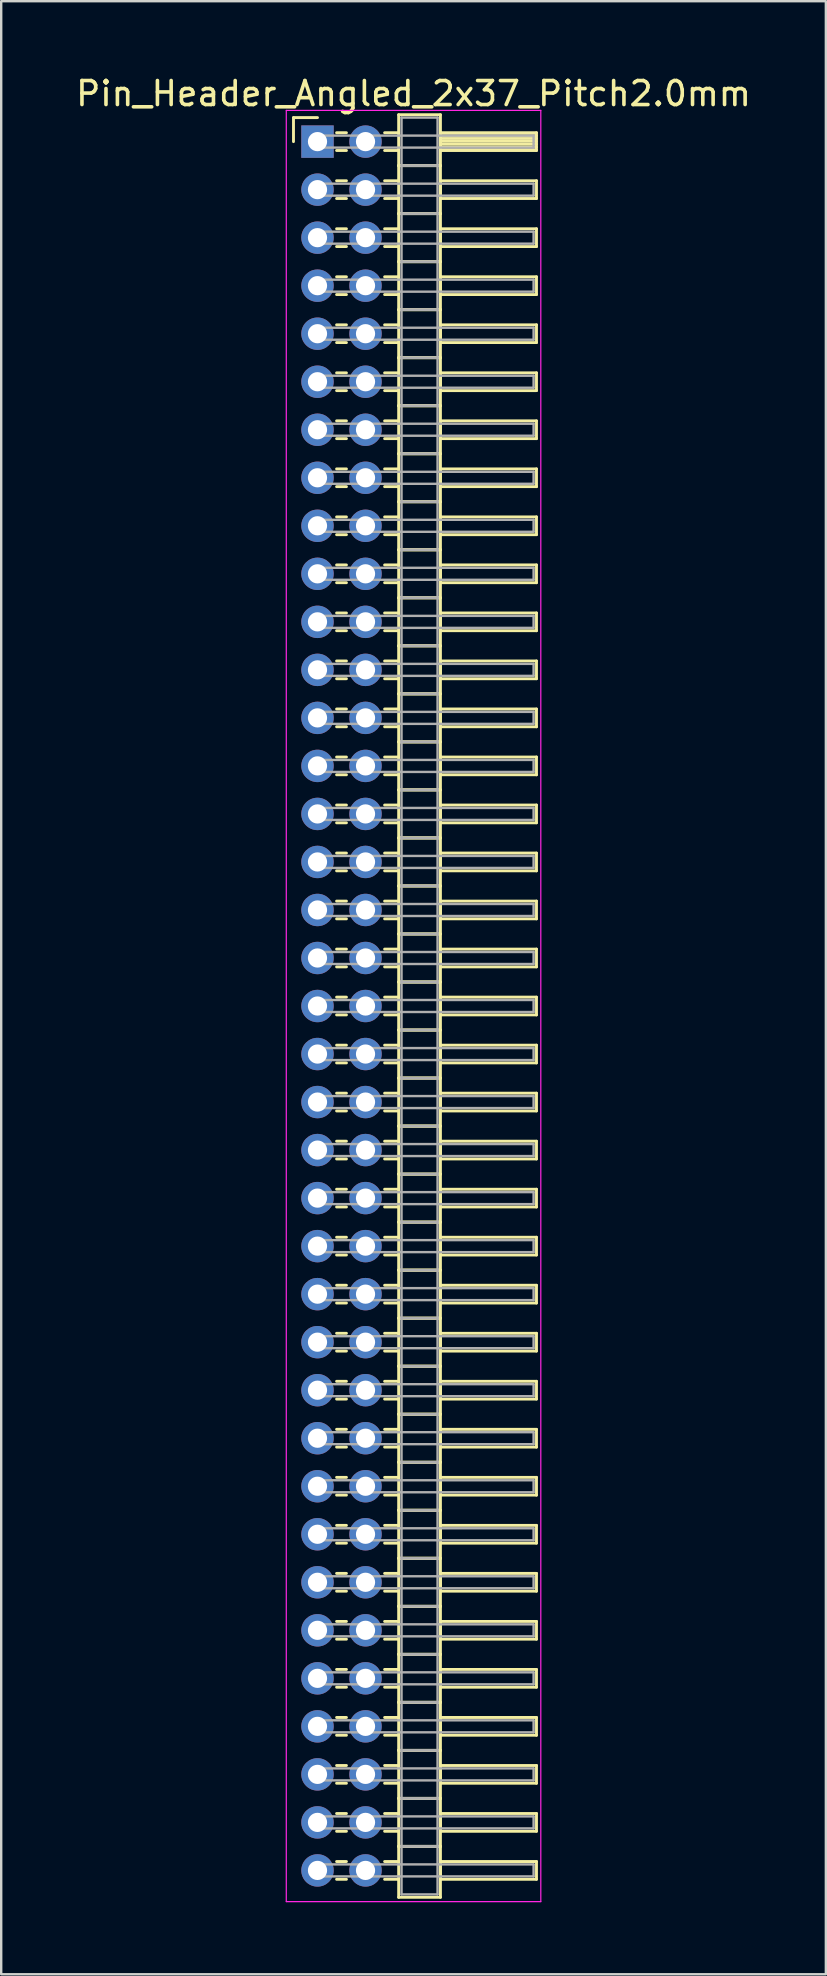
<source format=kicad_pcb>
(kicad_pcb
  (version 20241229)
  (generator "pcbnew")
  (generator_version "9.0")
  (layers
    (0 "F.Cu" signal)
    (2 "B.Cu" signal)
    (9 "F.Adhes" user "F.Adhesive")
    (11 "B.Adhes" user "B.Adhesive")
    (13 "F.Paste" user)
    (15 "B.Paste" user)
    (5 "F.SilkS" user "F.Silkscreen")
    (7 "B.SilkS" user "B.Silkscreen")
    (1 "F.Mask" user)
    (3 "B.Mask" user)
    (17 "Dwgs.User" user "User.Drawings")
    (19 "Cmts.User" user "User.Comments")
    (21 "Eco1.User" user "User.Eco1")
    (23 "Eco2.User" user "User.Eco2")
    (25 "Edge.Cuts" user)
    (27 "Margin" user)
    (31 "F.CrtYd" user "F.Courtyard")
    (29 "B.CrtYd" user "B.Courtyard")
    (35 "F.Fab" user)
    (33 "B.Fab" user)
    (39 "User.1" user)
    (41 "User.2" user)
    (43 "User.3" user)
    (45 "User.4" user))
  (footprint "Pin_Header_Angled_2x37_Pitch2.0mm"
    (layer "F.Cu")
    (at 10.173 2.848)
    (property "Reference" "Pin_Header_Angled_2x37_Pitch2.0mm" (at 4 -2 0) (layer "F.SilkS") (effects (font (size 1 1) (thickness 0.15))))
    (attr through_hole)
    (fp_line (start -1 -1) (end 0 -1) (stroke (width 0.12) (type solid)) (layer "F.SilkS"))
    (fp_line (start -1 0) (end -1 -1) (stroke (width 0.12) (type solid)) (layer "F.SilkS"))
    (fp_line (start 0.795 -0.37) (end 1.205 -0.37) (stroke (width 0.12) (type solid)) (layer "F.SilkS"))
    (fp_line (start 0.795 0.37) (end 1.205 0.37) (stroke (width 0.12) (type solid)) (layer "F.SilkS"))
    (fp_line (start 0.795 1.63) (end 1.205 1.63) (stroke (width 0.12) (type solid)) (layer "F.SilkS"))
    (fp_line (start 0.795 2.37) (end 1.205 2.37) (stroke (width 0.12) (type solid)) (layer "F.SilkS"))
    (fp_line (start 0.795 3.63) (end 1.205 3.63) (stroke (width 0.12) (type solid)) (layer "F.SilkS"))
    (fp_line (start 0.795 4.37) (end 1.205 4.37) (stroke (width 0.12) (type solid)) (layer "F.SilkS"))
    (fp_line (start 0.795 5.63) (end 1.205 5.63) (stroke (width 0.12) (type solid)) (layer "F.SilkS"))
    (fp_line (start 0.795 6.37) (end 1.205 6.37) (stroke (width 0.12) (type solid)) (layer "F.SilkS"))
    (fp_line (start 0.795 7.63) (end 1.205 7.63) (stroke (width 0.12) (type solid)) (layer "F.SilkS"))
    (fp_line (start 0.795 8.37) (end 1.205 8.37) (stroke (width 0.12) (type solid)) (layer "F.SilkS"))
    (fp_line (start 0.795 9.63) (end 1.205 9.63) (stroke (width 0.12) (type solid)) (layer "F.SilkS"))
    (fp_line (start 0.795 10.37) (end 1.205 10.37) (stroke (width 0.12) (type solid)) (layer "F.SilkS"))
    (fp_line (start 0.795 11.63) (end 1.205 11.63) (stroke (width 0.12) (type solid)) (layer "F.SilkS"))
    (fp_line (start 0.795 12.37) (end 1.205 12.37) (stroke (width 0.12) (type solid)) (layer "F.SilkS"))
    (fp_line (start 0.795 13.63) (end 1.205 13.63) (stroke (width 0.12) (type solid)) (layer "F.SilkS"))
    (fp_line (start 0.795 14.37) (end 1.205 14.37) (stroke (width 0.12) (type solid)) (layer "F.SilkS"))
    (fp_line (start 0.795 15.63) (end 1.205 15.63) (stroke (width 0.12) (type solid)) (layer "F.SilkS"))
    (fp_line (start 0.795 16.37) (end 1.205 16.37) (stroke (width 0.12) (type solid)) (layer "F.SilkS"))
    (fp_line (start 0.795 17.63) (end 1.205 17.63) (stroke (width 0.12) (type solid)) (layer "F.SilkS"))
    (fp_line (start 0.795 18.37) (end 1.205 18.37) (stroke (width 0.12) (type solid)) (layer "F.SilkS"))
    (fp_line (start 0.795 19.63) (end 1.205 19.63) (stroke (width 0.12) (type solid)) (layer "F.SilkS"))
    (fp_line (start 0.795 20.37) (end 1.205 20.37) (stroke (width 0.12) (type solid)) (layer "F.SilkS"))
    (fp_line (start 0.795 21.63) (end 1.205 21.63) (stroke (width 0.12) (type solid)) (layer "F.SilkS"))
    (fp_line (start 0.795 22.37) (end 1.205 22.37) (stroke (width 0.12) (type solid)) (layer "F.SilkS"))
    (fp_line (start 0.795 23.63) (end 1.205 23.63) (stroke (width 0.12) (type solid)) (layer "F.SilkS"))
    (fp_line (start 0.795 24.37) (end 1.205 24.37) (stroke (width 0.12) (type solid)) (layer "F.SilkS"))
    (fp_line (start 0.795 25.63) (end 1.205 25.63) (stroke (width 0.12) (type solid)) (layer "F.SilkS"))
    (fp_line (start 0.795 26.37) (end 1.205 26.37) (stroke (width 0.12) (type solid)) (layer "F.SilkS"))
    (fp_line (start 0.795 27.63) (end 1.205 27.63) (stroke (width 0.12) (type solid)) (layer "F.SilkS"))
    (fp_line (start 0.795 28.37) (end 1.205 28.37) (stroke (width 0.12) (type solid)) (layer "F.SilkS"))
    (fp_line (start 0.795 29.63) (end 1.205 29.63) (stroke (width 0.12) (type solid)) (layer "F.SilkS"))
    (fp_line (start 0.795 30.37) (end 1.205 30.37) (stroke (width 0.12) (type solid)) (layer "F.SilkS"))
    (fp_line (start 0.795 31.63) (end 1.205 31.63) (stroke (width 0.12) (type solid)) (layer "F.SilkS"))
    (fp_line (start 0.795 32.37) (end 1.205 32.37) (stroke (width 0.12) (type solid)) (layer "F.SilkS"))
    (fp_line (start 0.795 33.63) (end 1.205 33.63) (stroke (width 0.12) (type solid)) (layer "F.SilkS"))
    (fp_line (start 0.795 34.37) (end 1.205 34.37) (stroke (width 0.12) (type solid)) (layer "F.SilkS"))
    (fp_line (start 0.795 35.63) (end 1.205 35.63) (stroke (width 0.12) (type solid)) (layer "F.SilkS"))
    (fp_line (start 0.795 36.37) (end 1.205 36.37) (stroke (width 0.12) (type solid)) (layer "F.SilkS"))
    (fp_line (start 0.795 37.63) (end 1.205 37.63) (stroke (width 0.12) (type solid)) (layer "F.SilkS"))
    (fp_line (start 0.795 38.37) (end 1.205 38.37) (stroke (width 0.12) (type solid)) (layer "F.SilkS"))
    (fp_line (start 0.795 39.63) (end 1.205 39.63) (stroke (width 0.12) (type solid)) (layer "F.SilkS"))
    (fp_line (start 0.795 40.37) (end 1.205 40.37) (stroke (width 0.12) (type solid)) (layer "F.SilkS"))
    (fp_line (start 0.795 41.63) (end 1.205 41.63) (stroke (width 0.12) (type solid)) (layer "F.SilkS"))
    (fp_line (start 0.795 42.37) (end 1.205 42.37) (stroke (width 0.12) (type solid)) (layer "F.SilkS"))
    (fp_line (start 0.795 43.63) (end 1.205 43.63) (stroke (width 0.12) (type solid)) (layer "F.SilkS"))
    (fp_line (start 0.795 44.37) (end 1.205 44.37) (stroke (width 0.12) (type solid)) (layer "F.SilkS"))
    (fp_line (start 0.795 45.63) (end 1.205 45.63) (stroke (width 0.12) (type solid)) (layer "F.SilkS"))
    (fp_line (start 0.795 46.37) (end 1.205 46.37) (stroke (width 0.12) (type solid)) (layer "F.SilkS"))
    (fp_line (start 0.795 47.63) (end 1.205 47.63) (stroke (width 0.12) (type solid)) (layer "F.SilkS"))
    (fp_line (start 0.795 48.37) (end 1.205 48.37) (stroke (width 0.12) (type solid)) (layer "F.SilkS"))
    (fp_line (start 0.795 49.63) (end 1.205 49.63) (stroke (width 0.12) (type solid)) (layer "F.SilkS"))
    (fp_line (start 0.795 50.37) (end 1.205 50.37) (stroke (width 0.12) (type solid)) (layer "F.SilkS"))
    (fp_line (start 0.795 51.63) (end 1.205 51.63) (stroke (width 0.12) (type solid)) (layer "F.SilkS"))
    (fp_line (start 0.795 52.37) (end 1.205 52.37) (stroke (width 0.12) (type solid)) (layer "F.SilkS"))
    (fp_line (start 0.795 53.63) (end 1.205 53.63) (stroke (width 0.12) (type solid)) (layer "F.SilkS"))
    (fp_line (start 0.795 54.37) (end 1.205 54.37) (stroke (width 0.12) (type solid)) (layer "F.SilkS"))
    (fp_line (start 0.795 55.63) (end 1.205 55.63) (stroke (width 0.12) (type solid)) (layer "F.SilkS"))
    (fp_line (start 0.795 56.37) (end 1.205 56.37) (stroke (width 0.12) (type solid)) (layer "F.SilkS"))
    (fp_line (start 0.795 57.63) (end 1.205 57.63) (stroke (width 0.12) (type solid)) (layer "F.SilkS"))
    (fp_line (start 0.795 58.37) (end 1.205 58.37) (stroke (width 0.12) (type solid)) (layer "F.SilkS"))
    (fp_line (start 0.795 59.63) (end 1.205 59.63) (stroke (width 0.12) (type solid)) (layer "F.SilkS"))
    (fp_line (start 0.795 60.37) (end 1.205 60.37) (stroke (width 0.12) (type solid)) (layer "F.SilkS"))
    (fp_line (start 0.795 61.63) (end 1.205 61.63) (stroke (width 0.12) (type solid)) (layer "F.SilkS"))
    (fp_line (start 0.795 62.37) (end 1.205 62.37) (stroke (width 0.12) (type solid)) (layer "F.SilkS"))
    (fp_line (start 0.795 63.63) (end 1.205 63.63) (stroke (width 0.12) (type solid)) (layer "F.SilkS"))
    (fp_line (start 0.795 64.37) (end 1.205 64.37) (stroke (width 0.12) (type solid)) (layer "F.SilkS"))
    (fp_line (start 0.795 65.63) (end 1.205 65.63) (stroke (width 0.12) (type solid)) (layer "F.SilkS"))
    (fp_line (start 0.795 66.37) (end 1.205 66.37) (stroke (width 0.12) (type solid)) (layer "F.SilkS"))
    (fp_line (start 0.795 67.63) (end 1.205 67.63) (stroke (width 0.12) (type solid)) (layer "F.SilkS"))
    (fp_line (start 0.795 68.37) (end 1.205 68.37) (stroke (width 0.12) (type solid)) (layer "F.SilkS"))
    (fp_line (start 0.795 69.63) (end 1.205 69.63) (stroke (width 0.12) (type solid)) (layer "F.SilkS"))
    (fp_line (start 0.795 70.37) (end 1.205 70.37) (stroke (width 0.12) (type solid)) (layer "F.SilkS"))
    (fp_line (start 0.795 71.63) (end 1.205 71.63) (stroke (width 0.12) (type solid)) (layer "F.SilkS"))
    (fp_line (start 0.795 72.37) (end 1.205 72.37) (stroke (width 0.12) (type solid)) (layer "F.SilkS"))
    (fp_line (start 2.795 -0.37) (end 3.38 -0.37) (stroke (width 0.12) (type solid)) (layer "F.SilkS"))
    (fp_line (start 2.795 0.37) (end 3.38 0.37) (stroke (width 0.12) (type solid)) (layer "F.SilkS"))
    (fp_line (start 2.795 1.63) (end 3.38 1.63) (stroke (width 0.12) (type solid)) (layer "F.SilkS"))
    (fp_line (start 2.795 2.37) (end 3.38 2.37) (stroke (width 0.12) (type solid)) (layer "F.SilkS"))
    (fp_line (start 2.795 3.63) (end 3.38 3.63) (stroke (width 0.12) (type solid)) (layer "F.SilkS"))
    (fp_line (start 2.795 4.37) (end 3.38 4.37) (stroke (width 0.12) (type solid)) (layer "F.SilkS"))
    (fp_line (start 2.795 5.63) (end 3.38 5.63) (stroke (width 0.12) (type solid)) (layer "F.SilkS"))
    (fp_line (start 2.795 6.37) (end 3.38 6.37) (stroke (width 0.12) (type solid)) (layer "F.SilkS"))
    (fp_line (start 2.795 7.63) (end 3.38 7.63) (stroke (width 0.12) (type solid)) (layer "F.SilkS"))
    (fp_line (start 2.795 8.37) (end 3.38 8.37) (stroke (width 0.12) (type solid)) (layer "F.SilkS"))
    (fp_line (start 2.795 9.63) (end 3.38 9.63) (stroke (width 0.12) (type solid)) (layer "F.SilkS"))
    (fp_line (start 2.795 10.37) (end 3.38 10.37) (stroke (width 0.12) (type solid)) (layer "F.SilkS"))
    (fp_line (start 2.795 11.63) (end 3.38 11.63) (stroke (width 0.12) (type solid)) (layer "F.SilkS"))
    (fp_line (start 2.795 12.37) (end 3.38 12.37) (stroke (width 0.12) (type solid)) (layer "F.SilkS"))
    (fp_line (start 2.795 13.63) (end 3.38 13.63) (stroke (width 0.12) (type solid)) (layer "F.SilkS"))
    (fp_line (start 2.795 14.37) (end 3.38 14.37) (stroke (width 0.12) (type solid)) (layer "F.SilkS"))
    (fp_line (start 2.795 15.63) (end 3.38 15.63) (stroke (width 0.12) (type solid)) (layer "F.SilkS"))
    (fp_line (start 2.795 16.37) (end 3.38 16.37) (stroke (width 0.12) (type solid)) (layer "F.SilkS"))
    (fp_line (start 2.795 17.63) (end 3.38 17.63) (stroke (width 0.12) (type solid)) (layer "F.SilkS"))
    (fp_line (start 2.795 18.37) (end 3.38 18.37) (stroke (width 0.12) (type solid)) (layer "F.SilkS"))
    (fp_line (start 2.795 19.63) (end 3.38 19.63) (stroke (width 0.12) (type solid)) (layer "F.SilkS"))
    (fp_line (start 2.795 20.37) (end 3.38 20.37) (stroke (width 0.12) (type solid)) (layer "F.SilkS"))
    (fp_line (start 2.795 21.63) (end 3.38 21.63) (stroke (width 0.12) (type solid)) (layer "F.SilkS"))
    (fp_line (start 2.795 22.37) (end 3.38 22.37) (stroke (width 0.12) (type solid)) (layer "F.SilkS"))
    (fp_line (start 2.795 23.63) (end 3.38 23.63) (stroke (width 0.12) (type solid)) (layer "F.SilkS"))
    (fp_line (start 2.795 24.37) (end 3.38 24.37) (stroke (width 0.12) (type solid)) (layer "F.SilkS"))
    (fp_line (start 2.795 25.63) (end 3.38 25.63) (stroke (width 0.12) (type solid)) (layer "F.SilkS"))
    (fp_line (start 2.795 26.37) (end 3.38 26.37) (stroke (width 0.12) (type solid)) (layer "F.SilkS"))
    (fp_line (start 2.795 27.63) (end 3.38 27.63) (stroke (width 0.12) (type solid)) (layer "F.SilkS"))
    (fp_line (start 2.795 28.37) (end 3.38 28.37) (stroke (width 0.12) (type solid)) (layer "F.SilkS"))
    (fp_line (start 2.795 29.63) (end 3.38 29.63) (stroke (width 0.12) (type solid)) (layer "F.SilkS"))
    (fp_line (start 2.795 30.37) (end 3.38 30.37) (stroke (width 0.12) (type solid)) (layer "F.SilkS"))
    (fp_line (start 2.795 31.63) (end 3.38 31.63) (stroke (width 0.12) (type solid)) (layer "F.SilkS"))
    (fp_line (start 2.795 32.37) (end 3.38 32.37) (stroke (width 0.12) (type solid)) (layer "F.SilkS"))
    (fp_line (start 2.795 33.63) (end 3.38 33.63) (stroke (width 0.12) (type solid)) (layer "F.SilkS"))
    (fp_line (start 2.795 34.37) (end 3.38 34.37) (stroke (width 0.12) (type solid)) (layer "F.SilkS"))
    (fp_line (start 2.795 35.63) (end 3.38 35.63) (stroke (width 0.12) (type solid)) (layer "F.SilkS"))
    (fp_line (start 2.795 36.37) (end 3.38 36.37) (stroke (width 0.12) (type solid)) (layer "F.SilkS"))
    (fp_line (start 2.795 37.63) (end 3.38 37.63) (stroke (width 0.12) (type solid)) (layer "F.SilkS"))
    (fp_line (start 2.795 38.37) (end 3.38 38.37) (stroke (width 0.12) (type solid)) (layer "F.SilkS"))
    (fp_line (start 2.795 39.63) (end 3.38 39.63) (stroke (width 0.12) (type solid)) (layer "F.SilkS"))
    (fp_line (start 2.795 40.37) (end 3.38 40.37) (stroke (width 0.12) (type solid)) (layer "F.SilkS"))
    (fp_line (start 2.795 41.63) (end 3.38 41.63) (stroke (width 0.12) (type solid)) (layer "F.SilkS"))
    (fp_line (start 2.795 42.37) (end 3.38 42.37) (stroke (width 0.12) (type solid)) (layer "F.SilkS"))
    (fp_line (start 2.795 43.63) (end 3.38 43.63) (stroke (width 0.12) (type solid)) (layer "F.SilkS"))
    (fp_line (start 2.795 44.37) (end 3.38 44.37) (stroke (width 0.12) (type solid)) (layer "F.SilkS"))
    (fp_line (start 2.795 45.63) (end 3.38 45.63) (stroke (width 0.12) (type solid)) (layer "F.SilkS"))
    (fp_line (start 2.795 46.37) (end 3.38 46.37) (stroke (width 0.12) (type solid)) (layer "F.SilkS"))
    (fp_line (start 2.795 47.63) (end 3.38 47.63) (stroke (width 0.12) (type solid)) (layer "F.SilkS"))
    (fp_line (start 2.795 48.37) (end 3.38 48.37) (stroke (width 0.12) (type solid)) (layer "F.SilkS"))
    (fp_line (start 2.795 49.63) (end 3.38 49.63) (stroke (width 0.12) (type solid)) (layer "F.SilkS"))
    (fp_line (start 2.795 50.37) (end 3.38 50.37) (stroke (width 0.12) (type solid)) (layer "F.SilkS"))
    (fp_line (start 2.795 51.63) (end 3.38 51.63) (stroke (width 0.12) (type solid)) (layer "F.SilkS"))
    (fp_line (start 2.795 52.37) (end 3.38 52.37) (stroke (width 0.12) (type solid)) (layer "F.SilkS"))
    (fp_line (start 2.795 53.63) (end 3.38 53.63) (stroke (width 0.12) (type solid)) (layer "F.SilkS"))
    (fp_line (start 2.795 54.37) (end 3.38 54.37) (stroke (width 0.12) (type solid)) (layer "F.SilkS"))
    (fp_line (start 2.795 55.63) (end 3.38 55.63) (stroke (width 0.12) (type solid)) (layer "F.SilkS"))
    (fp_line (start 2.795 56.37) (end 3.38 56.37) (stroke (width 0.12) (type solid)) (layer "F.SilkS"))
    (fp_line (start 2.795 57.63) (end 3.38 57.63) (stroke (width 0.12) (type solid)) (layer "F.SilkS"))
    (fp_line (start 2.795 58.37) (end 3.38 58.37) (stroke (width 0.12) (type solid)) (layer "F.SilkS"))
    (fp_line (start 2.795 59.63) (end 3.38 59.63) (stroke (width 0.12) (type solid)) (layer "F.SilkS"))
    (fp_line (start 2.795 60.37) (end 3.38 60.37) (stroke (width 0.12) (type solid)) (layer "F.SilkS"))
    (fp_line (start 2.795 61.63) (end 3.38 61.63) (stroke (width 0.12) (type solid)) (layer "F.SilkS"))
    (fp_line (start 2.795 62.37) (end 3.38 62.37) (stroke (width 0.12) (type solid)) (layer "F.SilkS"))
    (fp_line (start 2.795 63.63) (end 3.38 63.63) (stroke (width 0.12) (type solid)) (layer "F.SilkS"))
    (fp_line (start 2.795 64.37) (end 3.38 64.37) (stroke (width 0.12) (type solid)) (layer "F.SilkS"))
    (fp_line (start 2.795 65.63) (end 3.38 65.63) (stroke (width 0.12) (type solid)) (layer "F.SilkS"))
    (fp_line (start 2.795 66.37) (end 3.38 66.37) (stroke (width 0.12) (type solid)) (layer "F.SilkS"))
    (fp_line (start 2.795 67.63) (end 3.38 67.63) (stroke (width 0.12) (type solid)) (layer "F.SilkS"))
    (fp_line (start 2.795 68.37) (end 3.38 68.37) (stroke (width 0.12) (type solid)) (layer "F.SilkS"))
    (fp_line (start 2.795 69.63) (end 3.38 69.63) (stroke (width 0.12) (type solid)) (layer "F.SilkS"))
    (fp_line (start 2.795 70.37) (end 3.38 70.37) (stroke (width 0.12) (type solid)) (layer "F.SilkS"))
    (fp_line (start 2.795 71.63) (end 3.38 71.63) (stroke (width 0.12) (type solid)) (layer "F.SilkS"))
    (fp_line (start 2.795 72.37) (end 3.38 72.37) (stroke (width 0.12) (type solid)) (layer "F.SilkS"))
    (fp_line (start 3.38 -1.12) (end 3.38 1) (stroke (width 0.12) (type solid)) (layer "F.SilkS"))
    (fp_line (start 3.38 1) (end 3.38 3) (stroke (width 0.12) (type solid)) (layer "F.SilkS"))
    (fp_line (start 3.38 1) (end 5.12 1) (stroke (width 0.12) (type solid)) (layer "F.SilkS"))
    (fp_line (start 3.38 3) (end 3.38 5) (stroke (width 0.12) (type solid)) (layer "F.SilkS"))
    (fp_line (start 3.38 3) (end 5.12 3) (stroke (width 0.12) (type solid)) (layer "F.SilkS"))
    (fp_line (start 3.38 5) (end 3.38 7) (stroke (width 0.12) (type solid)) (layer "F.SilkS"))
    (fp_line (start 3.38 5) (end 5.12 5) (stroke (width 0.12) (type solid)) (layer "F.SilkS"))
    (fp_line (start 3.38 7) (end 3.38 9) (stroke (width 0.12) (type solid)) (layer "F.SilkS"))
    (fp_line (start 3.38 7) (end 5.12 7) (stroke (width 0.12) (type solid)) (layer "F.SilkS"))
    (fp_line (start 3.38 9) (end 3.38 11) (stroke (width 0.12) (type solid)) (layer "F.SilkS"))
    (fp_line (start 3.38 9) (end 5.12 9) (stroke (width 0.12) (type solid)) (layer "F.SilkS"))
    (fp_line (start 3.38 11) (end 3.38 13) (stroke (width 0.12) (type solid)) (layer "F.SilkS"))
    (fp_line (start 3.38 11) (end 5.12 11) (stroke (width 0.12) (type solid)) (layer "F.SilkS"))
    (fp_line (start 3.38 13) (end 3.38 15) (stroke (width 0.12) (type solid)) (layer "F.SilkS"))
    (fp_line (start 3.38 13) (end 5.12 13) (stroke (width 0.12) (type solid)) (layer "F.SilkS"))
    (fp_line (start 3.38 15) (end 3.38 17) (stroke (width 0.12) (type solid)) (layer "F.SilkS"))
    (fp_line (start 3.38 15) (end 5.12 15) (stroke (width 0.12) (type solid)) (layer "F.SilkS"))
    (fp_line (start 3.38 17) (end 3.38 19) (stroke (width 0.12) (type solid)) (layer "F.SilkS"))
    (fp_line (start 3.38 17) (end 5.12 17) (stroke (width 0.12) (type solid)) (layer "F.SilkS"))
    (fp_line (start 3.38 19) (end 3.38 21) (stroke (width 0.12) (type solid)) (layer "F.SilkS"))
    (fp_line (start 3.38 19) (end 5.12 19) (stroke (width 0.12) (type solid)) (layer "F.SilkS"))
    (fp_line (start 3.38 21) (end 3.38 23) (stroke (width 0.12) (type solid)) (layer "F.SilkS"))
    (fp_line (start 3.38 21) (end 5.12 21) (stroke (width 0.12) (type solid)) (layer "F.SilkS"))
    (fp_line (start 3.38 23) (end 3.38 25) (stroke (width 0.12) (type solid)) (layer "F.SilkS"))
    (fp_line (start 3.38 23) (end 5.12 23) (stroke (width 0.12) (type solid)) (layer "F.SilkS"))
    (fp_line (start 3.38 25) (end 3.38 27) (stroke (width 0.12) (type solid)) (layer "F.SilkS"))
    (fp_line (start 3.38 25) (end 5.12 25) (stroke (width 0.12) (type solid)) (layer "F.SilkS"))
    (fp_line (start 3.38 27) (end 3.38 29) (stroke (width 0.12) (type solid)) (layer "F.SilkS"))
    (fp_line (start 3.38 27) (end 5.12 27) (stroke (width 0.12) (type solid)) (layer "F.SilkS"))
    (fp_line (start 3.38 29) (end 3.38 31) (stroke (width 0.12) (type solid)) (layer "F.SilkS"))
    (fp_line (start 3.38 29) (end 5.12 29) (stroke (width 0.12) (type solid)) (layer "F.SilkS"))
    (fp_line (start 3.38 31) (end 3.38 33) (stroke (width 0.12) (type solid)) (layer "F.SilkS"))
    (fp_line (start 3.38 31) (end 5.12 31) (stroke (width 0.12) (type solid)) (layer "F.SilkS"))
    (fp_line (start 3.38 33) (end 3.38 35) (stroke (width 0.12) (type solid)) (layer "F.SilkS"))
    (fp_line (start 3.38 33) (end 5.12 33) (stroke (width 0.12) (type solid)) (layer "F.SilkS"))
    (fp_line (start 3.38 35) (end 3.38 37) (stroke (width 0.12) (type solid)) (layer "F.SilkS"))
    (fp_line (start 3.38 35) (end 5.12 35) (stroke (width 0.12) (type solid)) (layer "F.SilkS"))
    (fp_line (start 3.38 37) (end 3.38 39) (stroke (width 0.12) (type solid)) (layer "F.SilkS"))
    (fp_line (start 3.38 37) (end 5.12 37) (stroke (width 0.12) (type solid)) (layer "F.SilkS"))
    (fp_line (start 3.38 39) (end 3.38 41) (stroke (width 0.12) (type solid)) (layer "F.SilkS"))
    (fp_line (start 3.38 39) (end 5.12 39) (stroke (width 0.12) (type solid)) (layer "F.SilkS"))
    (fp_line (start 3.38 41) (end 3.38 43) (stroke (width 0.12) (type solid)) (layer "F.SilkS"))
    (fp_line (start 3.38 41) (end 5.12 41) (stroke (width 0.12) (type solid)) (layer "F.SilkS"))
    (fp_line (start 3.38 43) (end 3.38 45) (stroke (width 0.12) (type solid)) (layer "F.SilkS"))
    (fp_line (start 3.38 43) (end 5.12 43) (stroke (width 0.12) (type solid)) (layer "F.SilkS"))
    (fp_line (start 3.38 45) (end 3.38 47) (stroke (width 0.12) (type solid)) (layer "F.SilkS"))
    (fp_line (start 3.38 45) (end 5.12 45) (stroke (width 0.12) (type solid)) (layer "F.SilkS"))
    (fp_line (start 3.38 47) (end 3.38 49) (stroke (width 0.12) (type solid)) (layer "F.SilkS"))
    (fp_line (start 3.38 47) (end 5.12 47) (stroke (width 0.12) (type solid)) (layer "F.SilkS"))
    (fp_line (start 3.38 49) (end 3.38 51) (stroke (width 0.12) (type solid)) (layer "F.SilkS"))
    (fp_line (start 3.38 49) (end 5.12 49) (stroke (width 0.12) (type solid)) (layer "F.SilkS"))
    (fp_line (start 3.38 51) (end 3.38 53) (stroke (width 0.12) (type solid)) (layer "F.SilkS"))
    (fp_line (start 3.38 51) (end 5.12 51) (stroke (width 0.12) (type solid)) (layer "F.SilkS"))
    (fp_line (start 3.38 53) (end 3.38 55) (stroke (width 0.12) (type solid)) (layer "F.SilkS"))
    (fp_line (start 3.38 53) (end 5.12 53) (stroke (width 0.12) (type solid)) (layer "F.SilkS"))
    (fp_line (start 3.38 55) (end 3.38 57) (stroke (width 0.12) (type solid)) (layer "F.SilkS"))
    (fp_line (start 3.38 55) (end 5.12 55) (stroke (width 0.12) (type solid)) (layer "F.SilkS"))
    (fp_line (start 3.38 57) (end 3.38 59) (stroke (width 0.12) (type solid)) (layer "F.SilkS"))
    (fp_line (start 3.38 57) (end 5.12 57) (stroke (width 0.12) (type solid)) (layer "F.SilkS"))
    (fp_line (start 3.38 59) (end 3.38 61) (stroke (width 0.12) (type solid)) (layer "F.SilkS"))
    (fp_line (start 3.38 59) (end 5.12 59) (stroke (width 0.12) (type solid)) (layer "F.SilkS"))
    (fp_line (start 3.38 61) (end 3.38 63) (stroke (width 0.12) (type solid)) (layer "F.SilkS"))
    (fp_line (start 3.38 61) (end 5.12 61) (stroke (width 0.12) (type solid)) (layer "F.SilkS"))
    (fp_line (start 3.38 63) (end 3.38 65) (stroke (width 0.12) (type solid)) (layer "F.SilkS"))
    (fp_line (start 3.38 63) (end 5.12 63) (stroke (width 0.12) (type solid)) (layer "F.SilkS"))
    (fp_line (start 3.38 65) (end 3.38 67) (stroke (width 0.12) (type solid)) (layer "F.SilkS"))
    (fp_line (start 3.38 65) (end 5.12 65) (stroke (width 0.12) (type solid)) (layer "F.SilkS"))
    (fp_line (start 3.38 67) (end 3.38 69) (stroke (width 0.12) (type solid)) (layer "F.SilkS"))
    (fp_line (start 3.38 67) (end 5.12 67) (stroke (width 0.12) (type solid)) (layer "F.SilkS"))
    (fp_line (start 3.38 69) (end 3.38 71) (stroke (width 0.12) (type solid)) (layer "F.SilkS"))
    (fp_line (start 3.38 69) (end 5.12 69) (stroke (width 0.12) (type solid)) (layer "F.SilkS"))
    (fp_line (start 3.38 71) (end 3.38 73.12) (stroke (width 0.12) (type solid)) (layer "F.SilkS"))
    (fp_line (start 3.38 71) (end 5.12 71) (stroke (width 0.12) (type solid)) (layer "F.SilkS"))
    (fp_line (start 3.38 73.12) (end 5.12 73.12) (stroke (width 0.12) (type solid)) (layer "F.SilkS"))
    (fp_line (start 5.12 -1.12) (end 3.38 -1.12) (stroke (width 0.12) (type solid)) (layer "F.SilkS"))
    (fp_line (start 5.12 -0.37) (end 5.12 0.37) (stroke (width 0.12) (type solid)) (layer "F.SilkS"))
    (fp_line (start 5.12 -0.25) (end 9.12 -0.25) (stroke (width 0.12) (type solid)) (layer "F.SilkS"))
    (fp_line (start 5.12 -0.13) (end 9.12 -0.13) (stroke (width 0.12) (type solid)) (layer "F.SilkS"))
    (fp_line (start 5.12 -0.01) (end 9.12 -0.01) (stroke (width 0.12) (type solid)) (layer "F.SilkS"))
    (fp_line (start 5.12 0.11) (end 9.12 0.11) (stroke (width 0.12) (type solid)) (layer "F.SilkS"))
    (fp_line (start 5.12 0.23) (end 9.12 0.23) (stroke (width 0.12) (type solid)) (layer "F.SilkS"))
    (fp_line (start 5.12 0.35) (end 9.12 0.35) (stroke (width 0.12) (type solid)) (layer "F.SilkS"))
    (fp_line (start 5.12 0.37) (end 9.12 0.37) (stroke (width 0.12) (type solid)) (layer "F.SilkS"))
    (fp_line (start 5.12 1) (end 3.38 1) (stroke (width 0.12) (type solid)) (layer "F.SilkS"))
    (fp_line (start 5.12 1) (end 5.12 -1.12) (stroke (width 0.12) (type solid)) (layer "F.SilkS"))
    (fp_line (start 5.12 1.63) (end 5.12 2.37) (stroke (width 0.12) (type solid)) (layer "F.SilkS"))
    (fp_line (start 5.12 2.37) (end 9.12 2.37) (stroke (width 0.12) (type solid)) (layer "F.SilkS"))
    (fp_line (start 5.12 3) (end 3.38 3) (stroke (width 0.12) (type solid)) (layer "F.SilkS"))
    (fp_line (start 5.12 3) (end 5.12 1) (stroke (width 0.12) (type solid)) (layer "F.SilkS"))
    (fp_line (start 5.12 3.63) (end 5.12 4.37) (stroke (width 0.12) (type solid)) (layer "F.SilkS"))
    (fp_line (start 5.12 4.37) (end 9.12 4.37) (stroke (width 0.12) (type solid)) (layer "F.SilkS"))
    (fp_line (start 5.12 5) (end 3.38 5) (stroke (width 0.12) (type solid)) (layer "F.SilkS"))
    (fp_line (start 5.12 5) (end 5.12 3) (stroke (width 0.12) (type solid)) (layer "F.SilkS"))
    (fp_line (start 5.12 5.63) (end 5.12 6.37) (stroke (width 0.12) (type solid)) (layer "F.SilkS"))
    (fp_line (start 5.12 6.37) (end 9.12 6.37) (stroke (width 0.12) (type solid)) (layer "F.SilkS"))
    (fp_line (start 5.12 7) (end 3.38 7) (stroke (width 0.12) (type solid)) (layer "F.SilkS"))
    (fp_line (start 5.12 7) (end 5.12 5) (stroke (width 0.12) (type solid)) (layer "F.SilkS"))
    (fp_line (start 5.12 7.63) (end 5.12 8.37) (stroke (width 0.12) (type solid)) (layer "F.SilkS"))
    (fp_line (start 5.12 8.37) (end 9.12 8.37) (stroke (width 0.12) (type solid)) (layer "F.SilkS"))
    (fp_line (start 5.12 9) (end 3.38 9) (stroke (width 0.12) (type solid)) (layer "F.SilkS"))
    (fp_line (start 5.12 9) (end 5.12 7) (stroke (width 0.12) (type solid)) (layer "F.SilkS"))
    (fp_line (start 5.12 9.63) (end 5.12 10.37) (stroke (width 0.12) (type solid)) (layer "F.SilkS"))
    (fp_line (start 5.12 10.37) (end 9.12 10.37) (stroke (width 0.12) (type solid)) (layer "F.SilkS"))
    (fp_line (start 5.12 11) (end 3.38 11) (stroke (width 0.12) (type solid)) (layer "F.SilkS"))
    (fp_line (start 5.12 11) (end 5.12 9) (stroke (width 0.12) (type solid)) (layer "F.SilkS"))
    (fp_line (start 5.12 11.63) (end 5.12 12.37) (stroke (width 0.12) (type solid)) (layer "F.SilkS"))
    (fp_line (start 5.12 12.37) (end 9.12 12.37) (stroke (width 0.12) (type solid)) (layer "F.SilkS"))
    (fp_line (start 5.12 13) (end 3.38 13) (stroke (width 0.12) (type solid)) (layer "F.SilkS"))
    (fp_line (start 5.12 13) (end 5.12 11) (stroke (width 0.12) (type solid)) (layer "F.SilkS"))
    (fp_line (start 5.12 13.63) (end 5.12 14.37) (stroke (width 0.12) (type solid)) (layer "F.SilkS"))
    (fp_line (start 5.12 14.37) (end 9.12 14.37) (stroke (width 0.12) (type solid)) (layer "F.SilkS"))
    (fp_line (start 5.12 15) (end 3.38 15) (stroke (width 0.12) (type solid)) (layer "F.SilkS"))
    (fp_line (start 5.12 15) (end 5.12 13) (stroke (width 0.12) (type solid)) (layer "F.SilkS"))
    (fp_line (start 5.12 15.63) (end 5.12 16.37) (stroke (width 0.12) (type solid)) (layer "F.SilkS"))
    (fp_line (start 5.12 16.37) (end 9.12 16.37) (stroke (width 0.12) (type solid)) (layer "F.SilkS"))
    (fp_line (start 5.12 17) (end 3.38 17) (stroke (width 0.12) (type solid)) (layer "F.SilkS"))
    (fp_line (start 5.12 17) (end 5.12 15) (stroke (width 0.12) (type solid)) (layer "F.SilkS"))
    (fp_line (start 5.12 17.63) (end 5.12 18.37) (stroke (width 0.12) (type solid)) (layer "F.SilkS"))
    (fp_line (start 5.12 18.37) (end 9.12 18.37) (stroke (width 0.12) (type solid)) (layer "F.SilkS"))
    (fp_line (start 5.12 19) (end 3.38 19) (stroke (width 0.12) (type solid)) (layer "F.SilkS"))
    (fp_line (start 5.12 19) (end 5.12 17) (stroke (width 0.12) (type solid)) (layer "F.SilkS"))
    (fp_line (start 5.12 19.63) (end 5.12 20.37) (stroke (width 0.12) (type solid)) (layer "F.SilkS"))
    (fp_line (start 5.12 20.37) (end 9.12 20.37) (stroke (width 0.12) (type solid)) (layer "F.SilkS"))
    (fp_line (start 5.12 21) (end 3.38 21) (stroke (width 0.12) (type solid)) (layer "F.SilkS"))
    (fp_line (start 5.12 21) (end 5.12 19) (stroke (width 0.12) (type solid)) (layer "F.SilkS"))
    (fp_line (start 5.12 21.63) (end 5.12 22.37) (stroke (width 0.12) (type solid)) (layer "F.SilkS"))
    (fp_line (start 5.12 22.37) (end 9.12 22.37) (stroke (width 0.12) (type solid)) (layer "F.SilkS"))
    (fp_line (start 5.12 23) (end 3.38 23) (stroke (width 0.12) (type solid)) (layer "F.SilkS"))
    (fp_line (start 5.12 23) (end 5.12 21) (stroke (width 0.12) (type solid)) (layer "F.SilkS"))
    (fp_line (start 5.12 23.63) (end 5.12 24.37) (stroke (width 0.12) (type solid)) (layer "F.SilkS"))
    (fp_line (start 5.12 24.37) (end 9.12 24.37) (stroke (width 0.12) (type solid)) (layer "F.SilkS"))
    (fp_line (start 5.12 25) (end 3.38 25) (stroke (width 0.12) (type solid)) (layer "F.SilkS"))
    (fp_line (start 5.12 25) (end 5.12 23) (stroke (width 0.12) (type solid)) (layer "F.SilkS"))
    (fp_line (start 5.12 25.63) (end 5.12 26.37) (stroke (width 0.12) (type solid)) (layer "F.SilkS"))
    (fp_line (start 5.12 26.37) (end 9.12 26.37) (stroke (width 0.12) (type solid)) (layer "F.SilkS"))
    (fp_line (start 5.12 27) (end 3.38 27) (stroke (width 0.12) (type solid)) (layer "F.SilkS"))
    (fp_line (start 5.12 27) (end 5.12 25) (stroke (width 0.12) (type solid)) (layer "F.SilkS"))
    (fp_line (start 5.12 27.63) (end 5.12 28.37) (stroke (width 0.12) (type solid)) (layer "F.SilkS"))
    (fp_line (start 5.12 28.37) (end 9.12 28.37) (stroke (width 0.12) (type solid)) (layer "F.SilkS"))
    (fp_line (start 5.12 29) (end 3.38 29) (stroke (width 0.12) (type solid)) (layer "F.SilkS"))
    (fp_line (start 5.12 29) (end 5.12 27) (stroke (width 0.12) (type solid)) (layer "F.SilkS"))
    (fp_line (start 5.12 29.63) (end 5.12 30.37) (stroke (width 0.12) (type solid)) (layer "F.SilkS"))
    (fp_line (start 5.12 30.37) (end 9.12 30.37) (stroke (width 0.12) (type solid)) (layer "F.SilkS"))
    (fp_line (start 5.12 31) (end 3.38 31) (stroke (width 0.12) (type solid)) (layer "F.SilkS"))
    (fp_line (start 5.12 31) (end 5.12 29) (stroke (width 0.12) (type solid)) (layer "F.SilkS"))
    (fp_line (start 5.12 31.63) (end 5.12 32.37) (stroke (width 0.12) (type solid)) (layer "F.SilkS"))
    (fp_line (start 5.12 32.37) (end 9.12 32.37) (stroke (width 0.12) (type solid)) (layer "F.SilkS"))
    (fp_line (start 5.12 33) (end 3.38 33) (stroke (width 0.12) (type solid)) (layer "F.SilkS"))
    (fp_line (start 5.12 33) (end 5.12 31) (stroke (width 0.12) (type solid)) (layer "F.SilkS"))
    (fp_line (start 5.12 33.63) (end 5.12 34.37) (stroke (width 0.12) (type solid)) (layer "F.SilkS"))
    (fp_line (start 5.12 34.37) (end 9.12 34.37) (stroke (width 0.12) (type solid)) (layer "F.SilkS"))
    (fp_line (start 5.12 35) (end 3.38 35) (stroke (width 0.12) (type solid)) (layer "F.SilkS"))
    (fp_line (start 5.12 35) (end 5.12 33) (stroke (width 0.12) (type solid)) (layer "F.SilkS"))
    (fp_line (start 5.12 35.63) (end 5.12 36.37) (stroke (width 0.12) (type solid)) (layer "F.SilkS"))
    (fp_line (start 5.12 36.37) (end 9.12 36.37) (stroke (width 0.12) (type solid)) (layer "F.SilkS"))
    (fp_line (start 5.12 37) (end 3.38 37) (stroke (width 0.12) (type solid)) (layer "F.SilkS"))
    (fp_line (start 5.12 37) (end 5.12 35) (stroke (width 0.12) (type solid)) (layer "F.SilkS"))
    (fp_line (start 5.12 37.63) (end 5.12 38.37) (stroke (width 0.12) (type solid)) (layer "F.SilkS"))
    (fp_line (start 5.12 38.37) (end 9.12 38.37) (stroke (width 0.12) (type solid)) (layer "F.SilkS"))
    (fp_line (start 5.12 39) (end 3.38 39) (stroke (width 0.12) (type solid)) (layer "F.SilkS"))
    (fp_line (start 5.12 39) (end 5.12 37) (stroke (width 0.12) (type solid)) (layer "F.SilkS"))
    (fp_line (start 5.12 39.63) (end 5.12 40.37) (stroke (width 0.12) (type solid)) (layer "F.SilkS"))
    (fp_line (start 5.12 40.37) (end 9.12 40.37) (stroke (width 0.12) (type solid)) (layer "F.SilkS"))
    (fp_line (start 5.12 41) (end 3.38 41) (stroke (width 0.12) (type solid)) (layer "F.SilkS"))
    (fp_line (start 5.12 41) (end 5.12 39) (stroke (width 0.12) (type solid)) (layer "F.SilkS"))
    (fp_line (start 5.12 41.63) (end 5.12 42.37) (stroke (width 0.12) (type solid)) (layer "F.SilkS"))
    (fp_line (start 5.12 42.37) (end 9.12 42.37) (stroke (width 0.12) (type solid)) (layer "F.SilkS"))
    (fp_line (start 5.12 43) (end 3.38 43) (stroke (width 0.12) (type solid)) (layer "F.SilkS"))
    (fp_line (start 5.12 43) (end 5.12 41) (stroke (width 0.12) (type solid)) (layer "F.SilkS"))
    (fp_line (start 5.12 43.63) (end 5.12 44.37) (stroke (width 0.12) (type solid)) (layer "F.SilkS"))
    (fp_line (start 5.12 44.37) (end 9.12 44.37) (stroke (width 0.12) (type solid)) (layer "F.SilkS"))
    (fp_line (start 5.12 45) (end 3.38 45) (stroke (width 0.12) (type solid)) (layer "F.SilkS"))
    (fp_line (start 5.12 45) (end 5.12 43) (stroke (width 0.12) (type solid)) (layer "F.SilkS"))
    (fp_line (start 5.12 45.63) (end 5.12 46.37) (stroke (width 0.12) (type solid)) (layer "F.SilkS"))
    (fp_line (start 5.12 46.37) (end 9.12 46.37) (stroke (width 0.12) (type solid)) (layer "F.SilkS"))
    (fp_line (start 5.12 47) (end 3.38 47) (stroke (width 0.12) (type solid)) (layer "F.SilkS"))
    (fp_line (start 5.12 47) (end 5.12 45) (stroke (width 0.12) (type solid)) (layer "F.SilkS"))
    (fp_line (start 5.12 47.63) (end 5.12 48.37) (stroke (width 0.12) (type solid)) (layer "F.SilkS"))
    (fp_line (start 5.12 48.37) (end 9.12 48.37) (stroke (width 0.12) (type solid)) (layer "F.SilkS"))
    (fp_line (start 5.12 49) (end 3.38 49) (stroke (width 0.12) (type solid)) (layer "F.SilkS"))
    (fp_line (start 5.12 49) (end 5.12 47) (stroke (width 0.12) (type solid)) (layer "F.SilkS"))
    (fp_line (start 5.12 49.63) (end 5.12 50.37) (stroke (width 0.12) (type solid)) (layer "F.SilkS"))
    (fp_line (start 5.12 50.37) (end 9.12 50.37) (stroke (width 0.12) (type solid)) (layer "F.SilkS"))
    (fp_line (start 5.12 51) (end 3.38 51) (stroke (width 0.12) (type solid)) (layer "F.SilkS"))
    (fp_line (start 5.12 51) (end 5.12 49) (stroke (width 0.12) (type solid)) (layer "F.SilkS"))
    (fp_line (start 5.12 51.63) (end 5.12 52.37) (stroke (width 0.12) (type solid)) (layer "F.SilkS"))
    (fp_line (start 5.12 52.37) (end 9.12 52.37) (stroke (width 0.12) (type solid)) (layer "F.SilkS"))
    (fp_line (start 5.12 53) (end 3.38 53) (stroke (width 0.12) (type solid)) (layer "F.SilkS"))
    (fp_line (start 5.12 53) (end 5.12 51) (stroke (width 0.12) (type solid)) (layer "F.SilkS"))
    (fp_line (start 5.12 53.63) (end 5.12 54.37) (stroke (width 0.12) (type solid)) (layer "F.SilkS"))
    (fp_line (start 5.12 54.37) (end 9.12 54.37) (stroke (width 0.12) (type solid)) (layer "F.SilkS"))
    (fp_line (start 5.12 55) (end 3.38 55) (stroke (width 0.12) (type solid)) (layer "F.SilkS"))
    (fp_line (start 5.12 55) (end 5.12 53) (stroke (width 0.12) (type solid)) (layer "F.SilkS"))
    (fp_line (start 5.12 55.63) (end 5.12 56.37) (stroke (width 0.12) (type solid)) (layer "F.SilkS"))
    (fp_line (start 5.12 56.37) (end 9.12 56.37) (stroke (width 0.12) (type solid)) (layer "F.SilkS"))
    (fp_line (start 5.12 57) (end 3.38 57) (stroke (width 0.12) (type solid)) (layer "F.SilkS"))
    (fp_line (start 5.12 57) (end 5.12 55) (stroke (width 0.12) (type solid)) (layer "F.SilkS"))
    (fp_line (start 5.12 57.63) (end 5.12 58.37) (stroke (width 0.12) (type solid)) (layer "F.SilkS"))
    (fp_line (start 5.12 58.37) (end 9.12 58.37) (stroke (width 0.12) (type solid)) (layer "F.SilkS"))
    (fp_line (start 5.12 59) (end 3.38 59) (stroke (width 0.12) (type solid)) (layer "F.SilkS"))
    (fp_line (start 5.12 59) (end 5.12 57) (stroke (width 0.12) (type solid)) (layer "F.SilkS"))
    (fp_line (start 5.12 59.63) (end 5.12 60.37) (stroke (width 0.12) (type solid)) (layer "F.SilkS"))
    (fp_line (start 5.12 60.37) (end 9.12 60.37) (stroke (width 0.12) (type solid)) (layer "F.SilkS"))
    (fp_line (start 5.12 61) (end 3.38 61) (stroke (width 0.12) (type solid)) (layer "F.SilkS"))
    (fp_line (start 5.12 61) (end 5.12 59) (stroke (width 0.12) (type solid)) (layer "F.SilkS"))
    (fp_line (start 5.12 61.63) (end 5.12 62.37) (stroke (width 0.12) (type solid)) (layer "F.SilkS"))
    (fp_line (start 5.12 62.37) (end 9.12 62.37) (stroke (width 0.12) (type solid)) (layer "F.SilkS"))
    (fp_line (start 5.12 63) (end 3.38 63) (stroke (width 0.12) (type solid)) (layer "F.SilkS"))
    (fp_line (start 5.12 63) (end 5.12 61) (stroke (width 0.12) (type solid)) (layer "F.SilkS"))
    (fp_line (start 5.12 63.63) (end 5.12 64.37) (stroke (width 0.12) (type solid)) (layer "F.SilkS"))
    (fp_line (start 5.12 64.37) (end 9.12 64.37) (stroke (width 0.12) (type solid)) (layer "F.SilkS"))
    (fp_line (start 5.12 65) (end 3.38 65) (stroke (width 0.12) (type solid)) (layer "F.SilkS"))
    (fp_line (start 5.12 65) (end 5.12 63) (stroke (width 0.12) (type solid)) (layer "F.SilkS"))
    (fp_line (start 5.12 65.63) (end 5.12 66.37) (stroke (width 0.12) (type solid)) (layer "F.SilkS"))
    (fp_line (start 5.12 66.37) (end 9.12 66.37) (stroke (width 0.12) (type solid)) (layer "F.SilkS"))
    (fp_line (start 5.12 67) (end 3.38 67) (stroke (width 0.12) (type solid)) (layer "F.SilkS"))
    (fp_line (start 5.12 67) (end 5.12 65) (stroke (width 0.12) (type solid)) (layer "F.SilkS"))
    (fp_line (start 5.12 67.63) (end 5.12 68.37) (stroke (width 0.12) (type solid)) (layer "F.SilkS"))
    (fp_line (start 5.12 68.37) (end 9.12 68.37) (stroke (width 0.12) (type solid)) (layer "F.SilkS"))
    (fp_line (start 5.12 69) (end 3.38 69) (stroke (width 0.12) (type solid)) (layer "F.SilkS"))
    (fp_line (start 5.12 69) (end 5.12 67) (stroke (width 0.12) (type solid)) (layer "F.SilkS"))
    (fp_line (start 5.12 69.63) (end 5.12 70.37) (stroke (width 0.12) (type solid)) (layer "F.SilkS"))
    (fp_line (start 5.12 70.37) (end 9.12 70.37) (stroke (width 0.12) (type solid)) (layer "F.SilkS"))
    (fp_line (start 5.12 71) (end 3.38 71) (stroke (width 0.12) (type solid)) (layer "F.SilkS"))
    (fp_line (start 5.12 71) (end 5.12 69) (stroke (width 0.12) (type solid)) (layer "F.SilkS"))
    (fp_line (start 5.12 71.63) (end 5.12 72.37) (stroke (width 0.12) (type solid)) (layer "F.SilkS"))
    (fp_line (start 5.12 72.37) (end 9.12 72.37) (stroke (width 0.12) (type solid)) (layer "F.SilkS"))
    (fp_line (start 5.12 73.12) (end 5.12 71) (stroke (width 0.12) (type solid)) (layer "F.SilkS"))
    (fp_line (start 9.12 -0.37) (end 5.12 -0.37) (stroke (width 0.12) (type solid)) (layer "F.SilkS"))
    (fp_line (start 9.12 0.37) (end 9.12 -0.37) (stroke (width 0.12) (type solid)) (layer "F.SilkS"))
    (fp_line (start 9.12 1.63) (end 5.12 1.63) (stroke (width 0.12) (type solid)) (layer "F.SilkS"))
    (fp_line (start 9.12 2.37) (end 9.12 1.63) (stroke (width 0.12) (type solid)) (layer "F.SilkS"))
    (fp_line (start 9.12 3.63) (end 5.12 3.63) (stroke (width 0.12) (type solid)) (layer "F.SilkS"))
    (fp_line (start 9.12 4.37) (end 9.12 3.63) (stroke (width 0.12) (type solid)) (layer "F.SilkS"))
    (fp_line (start 9.12 5.63) (end 5.12 5.63) (stroke (width 0.12) (type solid)) (layer "F.SilkS"))
    (fp_line (start 9.12 6.37) (end 9.12 5.63) (stroke (width 0.12) (type solid)) (layer "F.SilkS"))
    (fp_line (start 9.12 7.63) (end 5.12 7.63) (stroke (width 0.12) (type solid)) (layer "F.SilkS"))
    (fp_line (start 9.12 8.37) (end 9.12 7.63) (stroke (width 0.12) (type solid)) (layer "F.SilkS"))
    (fp_line (start 9.12 9.63) (end 5.12 9.63) (stroke (width 0.12) (type solid)) (layer "F.SilkS"))
    (fp_line (start 9.12 10.37) (end 9.12 9.63) (stroke (width 0.12) (type solid)) (layer "F.SilkS"))
    (fp_line (start 9.12 11.63) (end 5.12 11.63) (stroke (width 0.12) (type solid)) (layer "F.SilkS"))
    (fp_line (start 9.12 12.37) (end 9.12 11.63) (stroke (width 0.12) (type solid)) (layer "F.SilkS"))
    (fp_line (start 9.12 13.63) (end 5.12 13.63) (stroke (width 0.12) (type solid)) (layer "F.SilkS"))
    (fp_line (start 9.12 14.37) (end 9.12 13.63) (stroke (width 0.12) (type solid)) (layer "F.SilkS"))
    (fp_line (start 9.12 15.63) (end 5.12 15.63) (stroke (width 0.12) (type solid)) (layer "F.SilkS"))
    (fp_line (start 9.12 16.37) (end 9.12 15.63) (stroke (width 0.12) (type solid)) (layer "F.SilkS"))
    (fp_line (start 9.12 17.63) (end 5.12 17.63) (stroke (width 0.12) (type solid)) (layer "F.SilkS"))
    (fp_line (start 9.12 18.37) (end 9.12 17.63) (stroke (width 0.12) (type solid)) (layer "F.SilkS"))
    (fp_line (start 9.12 19.63) (end 5.12 19.63) (stroke (width 0.12) (type solid)) (layer "F.SilkS"))
    (fp_line (start 9.12 20.37) (end 9.12 19.63) (stroke (width 0.12) (type solid)) (layer "F.SilkS"))
    (fp_line (start 9.12 21.63) (end 5.12 21.63) (stroke (width 0.12) (type solid)) (layer "F.SilkS"))
    (fp_line (start 9.12 22.37) (end 9.12 21.63) (stroke (width 0.12) (type solid)) (layer "F.SilkS"))
    (fp_line (start 9.12 23.63) (end 5.12 23.63) (stroke (width 0.12) (type solid)) (layer "F.SilkS"))
    (fp_line (start 9.12 24.37) (end 9.12 23.63) (stroke (width 0.12) (type solid)) (layer "F.SilkS"))
    (fp_line (start 9.12 25.63) (end 5.12 25.63) (stroke (width 0.12) (type solid)) (layer "F.SilkS"))
    (fp_line (start 9.12 26.37) (end 9.12 25.63) (stroke (width 0.12) (type solid)) (layer "F.SilkS"))
    (fp_line (start 9.12 27.63) (end 5.12 27.63) (stroke (width 0.12) (type solid)) (layer "F.SilkS"))
    (fp_line (start 9.12 28.37) (end 9.12 27.63) (stroke (width 0.12) (type solid)) (layer "F.SilkS"))
    (fp_line (start 9.12 29.63) (end 5.12 29.63) (stroke (width 0.12) (type solid)) (layer "F.SilkS"))
    (fp_line (start 9.12 30.37) (end 9.12 29.63) (stroke (width 0.12) (type solid)) (layer "F.SilkS"))
    (fp_line (start 9.12 31.63) (end 5.12 31.63) (stroke (width 0.12) (type solid)) (layer "F.SilkS"))
    (fp_line (start 9.12 32.37) (end 9.12 31.63) (stroke (width 0.12) (type solid)) (layer "F.SilkS"))
    (fp_line (start 9.12 33.63) (end 5.12 33.63) (stroke (width 0.12) (type solid)) (layer "F.SilkS"))
    (fp_line (start 9.12 34.37) (end 9.12 33.63) (stroke (width 0.12) (type solid)) (layer "F.SilkS"))
    (fp_line (start 9.12 35.63) (end 5.12 35.63) (stroke (width 0.12) (type solid)) (layer "F.SilkS"))
    (fp_line (start 9.12 36.37) (end 9.12 35.63) (stroke (width 0.12) (type solid)) (layer "F.SilkS"))
    (fp_line (start 9.12 37.63) (end 5.12 37.63) (stroke (width 0.12) (type solid)) (layer "F.SilkS"))
    (fp_line (start 9.12 38.37) (end 9.12 37.63) (stroke (width 0.12) (type solid)) (layer "F.SilkS"))
    (fp_line (start 9.12 39.63) (end 5.12 39.63) (stroke (width 0.12) (type solid)) (layer "F.SilkS"))
    (fp_line (start 9.12 40.37) (end 9.12 39.63) (stroke (width 0.12) (type solid)) (layer "F.SilkS"))
    (fp_line (start 9.12 41.63) (end 5.12 41.63) (stroke (width 0.12) (type solid)) (layer "F.SilkS"))
    (fp_line (start 9.12 42.37) (end 9.12 41.63) (stroke (width 0.12) (type solid)) (layer "F.SilkS"))
    (fp_line (start 9.12 43.63) (end 5.12 43.63) (stroke (width 0.12) (type solid)) (layer "F.SilkS"))
    (fp_line (start 9.12 44.37) (end 9.12 43.63) (stroke (width 0.12) (type solid)) (layer "F.SilkS"))
    (fp_line (start 9.12 45.63) (end 5.12 45.63) (stroke (width 0.12) (type solid)) (layer "F.SilkS"))
    (fp_line (start 9.12 46.37) (end 9.12 45.63) (stroke (width 0.12) (type solid)) (layer "F.SilkS"))
    (fp_line (start 9.12 47.63) (end 5.12 47.63) (stroke (width 0.12) (type solid)) (layer "F.SilkS"))
    (fp_line (start 9.12 48.37) (end 9.12 47.63) (stroke (width 0.12) (type solid)) (layer "F.SilkS"))
    (fp_line (start 9.12 49.63) (end 5.12 49.63) (stroke (width 0.12) (type solid)) (layer "F.SilkS"))
    (fp_line (start 9.12 50.37) (end 9.12 49.63) (stroke (width 0.12) (type solid)) (layer "F.SilkS"))
    (fp_line (start 9.12 51.63) (end 5.12 51.63) (stroke (width 0.12) (type solid)) (layer "F.SilkS"))
    (fp_line (start 9.12 52.37) (end 9.12 51.63) (stroke (width 0.12) (type solid)) (layer "F.SilkS"))
    (fp_line (start 9.12 53.63) (end 5.12 53.63) (stroke (width 0.12) (type solid)) (layer "F.SilkS"))
    (fp_line (start 9.12 54.37) (end 9.12 53.63) (stroke (width 0.12) (type solid)) (layer "F.SilkS"))
    (fp_line (start 9.12 55.63) (end 5.12 55.63) (stroke (width 0.12) (type solid)) (layer "F.SilkS"))
    (fp_line (start 9.12 56.37) (end 9.12 55.63) (stroke (width 0.12) (type solid)) (layer "F.SilkS"))
    (fp_line (start 9.12 57.63) (end 5.12 57.63) (stroke (width 0.12) (type solid)) (layer "F.SilkS"))
    (fp_line (start 9.12 58.37) (end 9.12 57.63) (stroke (width 0.12) (type solid)) (layer "F.SilkS"))
    (fp_line (start 9.12 59.63) (end 5.12 59.63) (stroke (width 0.12) (type solid)) (layer "F.SilkS"))
    (fp_line (start 9.12 60.37) (end 9.12 59.63) (stroke (width 0.12) (type solid)) (layer "F.SilkS"))
    (fp_line (start 9.12 61.63) (end 5.12 61.63) (stroke (width 0.12) (type solid)) (layer "F.SilkS"))
    (fp_line (start 9.12 62.37) (end 9.12 61.63) (stroke (width 0.12) (type solid)) (layer "F.SilkS"))
    (fp_line (start 9.12 63.63) (end 5.12 63.63) (stroke (width 0.12) (type solid)) (layer "F.SilkS"))
    (fp_line (start 9.12 64.37) (end 9.12 63.63) (stroke (width 0.12) (type solid)) (layer "F.SilkS"))
    (fp_line (start 9.12 65.63) (end 5.12 65.63) (stroke (width 0.12) (type solid)) (layer "F.SilkS"))
    (fp_line (start 9.12 66.37) (end 9.12 65.63) (stroke (width 0.12) (type solid)) (layer "F.SilkS"))
    (fp_line (start 9.12 67.63) (end 5.12 67.63) (stroke (width 0.12) (type solid)) (layer "F.SilkS"))
    (fp_line (start 9.12 68.37) (end 9.12 67.63) (stroke (width 0.12) (type solid)) (layer "F.SilkS"))
    (fp_line (start 9.12 69.63) (end 5.12 69.63) (stroke (width 0.12) (type solid)) (layer "F.SilkS"))
    (fp_line (start 9.12 70.37) (end 9.12 69.63) (stroke (width 0.12) (type solid)) (layer "F.SilkS"))
    (fp_line (start 9.12 71.63) (end 5.12 71.63) (stroke (width 0.12) (type solid)) (layer "F.SilkS"))
    (fp_line (start 9.12 72.37) (end 9.12 71.63) (stroke (width 0.12) (type solid)) (layer "F.SilkS"))
    (fp_line (start -1.3 -1.3) (end -1.3 73.3) (stroke (width 0.05) (type solid)) (layer "F.CrtYd"))
    (fp_line (start -1.3 73.3) (end 9.3 73.3) (stroke (width 0.05) (type solid)) (layer "F.CrtYd"))
    (fp_line (start 9.3 -1.3) (end -1.3 -1.3) (stroke (width 0.05) (type solid)) (layer "F.CrtYd"))
    (fp_line (start 9.3 73.3) (end 9.3 -1.3) (stroke (width 0.05) (type solid)) (layer "F.CrtYd"))
    (fp_line (start 0 -0.25) (end 0 0.25) (stroke (width 0.1) (type solid)) (layer "F.Fab"))
    (fp_line (start 0 0.25) (end 9 0.25) (stroke (width 0.1) (type solid)) (layer "F.Fab"))
    (fp_line (start 0 1.75) (end 0 2.25) (stroke (width 0.1) (type solid)) (layer "F.Fab"))
    (fp_line (start 0 2.25) (end 9 2.25) (stroke (width 0.1) (type solid)) (layer "F.Fab"))
    (fp_line (start 0 3.75) (end 0 4.25) (stroke (width 0.1) (type solid)) (layer "F.Fab"))
    (fp_line (start 0 4.25) (end 9 4.25) (stroke (width 0.1) (type solid)) (layer "F.Fab"))
    (fp_line (start 0 5.75) (end 0 6.25) (stroke (width 0.1) (type solid)) (layer "F.Fab"))
    (fp_line (start 0 6.25) (end 9 6.25) (stroke (width 0.1) (type solid)) (layer "F.Fab"))
    (fp_line (start 0 7.75) (end 0 8.25) (stroke (width 0.1) (type solid)) (layer "F.Fab"))
    (fp_line (start 0 8.25) (end 9 8.25) (stroke (width 0.1) (type solid)) (layer "F.Fab"))
    (fp_line (start 0 9.75) (end 0 10.25) (stroke (width 0.1) (type solid)) (layer "F.Fab"))
    (fp_line (start 0 10.25) (end 9 10.25) (stroke (width 0.1) (type solid)) (layer "F.Fab"))
    (fp_line (start 0 11.75) (end 0 12.25) (stroke (width 0.1) (type solid)) (layer "F.Fab"))
    (fp_line (start 0 12.25) (end 9 12.25) (stroke (width 0.1) (type solid)) (layer "F.Fab"))
    (fp_line (start 0 13.75) (end 0 14.25) (stroke (width 0.1) (type solid)) (layer "F.Fab"))
    (fp_line (start 0 14.25) (end 9 14.25) (stroke (width 0.1) (type solid)) (layer "F.Fab"))
    (fp_line (start 0 15.75) (end 0 16.25) (stroke (width 0.1) (type solid)) (layer "F.Fab"))
    (fp_line (start 0 16.25) (end 9 16.25) (stroke (width 0.1) (type solid)) (layer "F.Fab"))
    (fp_line (start 0 17.75) (end 0 18.25) (stroke (width 0.1) (type solid)) (layer "F.Fab"))
    (fp_line (start 0 18.25) (end 9 18.25) (stroke (width 0.1) (type solid)) (layer "F.Fab"))
    (fp_line (start 0 19.75) (end 0 20.25) (stroke (width 0.1) (type solid)) (layer "F.Fab"))
    (fp_line (start 0 20.25) (end 9 20.25) (stroke (width 0.1) (type solid)) (layer "F.Fab"))
    (fp_line (start 0 21.75) (end 0 22.25) (stroke (width 0.1) (type solid)) (layer "F.Fab"))
    (fp_line (start 0 22.25) (end 9 22.25) (stroke (width 0.1) (type solid)) (layer "F.Fab"))
    (fp_line (start 0 23.75) (end 0 24.25) (stroke (width 0.1) (type solid)) (layer "F.Fab"))
    (fp_line (start 0 24.25) (end 9 24.25) (stroke (width 0.1) (type solid)) (layer "F.Fab"))
    (fp_line (start 0 25.75) (end 0 26.25) (stroke (width 0.1) (type solid)) (layer "F.Fab"))
    (fp_line (start 0 26.25) (end 9 26.25) (stroke (width 0.1) (type solid)) (layer "F.Fab"))
    (fp_line (start 0 27.75) (end 0 28.25) (stroke (width 0.1) (type solid)) (layer "F.Fab"))
    (fp_line (start 0 28.25) (end 9 28.25) (stroke (width 0.1) (type solid)) (layer "F.Fab"))
    (fp_line (start 0 29.75) (end 0 30.25) (stroke (width 0.1) (type solid)) (layer "F.Fab"))
    (fp_line (start 0 30.25) (end 9 30.25) (stroke (width 0.1) (type solid)) (layer "F.Fab"))
    (fp_line (start 0 31.75) (end 0 32.25) (stroke (width 0.1) (type solid)) (layer "F.Fab"))
    (fp_line (start 0 32.25) (end 9 32.25) (stroke (width 0.1) (type solid)) (layer "F.Fab"))
    (fp_line (start 0 33.75) (end 0 34.25) (stroke (width 0.1) (type solid)) (layer "F.Fab"))
    (fp_line (start 0 34.25) (end 9 34.25) (stroke (width 0.1) (type solid)) (layer "F.Fab"))
    (fp_line (start 0 35.75) (end 0 36.25) (stroke (width 0.1) (type solid)) (layer "F.Fab"))
    (fp_line (start 0 36.25) (end 9 36.25) (stroke (width 0.1) (type solid)) (layer "F.Fab"))
    (fp_line (start 0 37.75) (end 0 38.25) (stroke (width 0.1) (type solid)) (layer "F.Fab"))
    (fp_line (start 0 38.25) (end 9 38.25) (stroke (width 0.1) (type solid)) (layer "F.Fab"))
    (fp_line (start 0 39.75) (end 0 40.25) (stroke (width 0.1) (type solid)) (layer "F.Fab"))
    (fp_line (start 0 40.25) (end 9 40.25) (stroke (width 0.1) (type solid)) (layer "F.Fab"))
    (fp_line (start 0 41.75) (end 0 42.25) (stroke (width 0.1) (type solid)) (layer "F.Fab"))
    (fp_line (start 0 42.25) (end 9 42.25) (stroke (width 0.1) (type solid)) (layer "F.Fab"))
    (fp_line (start 0 43.75) (end 0 44.25) (stroke (width 0.1) (type solid)) (layer "F.Fab"))
    (fp_line (start 0 44.25) (end 9 44.25) (stroke (width 0.1) (type solid)) (layer "F.Fab"))
    (fp_line (start 0 45.75) (end 0 46.25) (stroke (width 0.1) (type solid)) (layer "F.Fab"))
    (fp_line (start 0 46.25) (end 9 46.25) (stroke (width 0.1) (type solid)) (layer "F.Fab"))
    (fp_line (start 0 47.75) (end 0 48.25) (stroke (width 0.1) (type solid)) (layer "F.Fab"))
    (fp_line (start 0 48.25) (end 9 48.25) (stroke (width 0.1) (type solid)) (layer "F.Fab"))
    (fp_line (start 0 49.75) (end 0 50.25) (stroke (width 0.1) (type solid)) (layer "F.Fab"))
    (fp_line (start 0 50.25) (end 9 50.25) (stroke (width 0.1) (type solid)) (layer "F.Fab"))
    (fp_line (start 0 51.75) (end 0 52.25) (stroke (width 0.1) (type solid)) (layer "F.Fab"))
    (fp_line (start 0 52.25) (end 9 52.25) (stroke (width 0.1) (type solid)) (layer "F.Fab"))
    (fp_line (start 0 53.75) (end 0 54.25) (stroke (width 0.1) (type solid)) (layer "F.Fab"))
    (fp_line (start 0 54.25) (end 9 54.25) (stroke (width 0.1) (type solid)) (layer "F.Fab"))
    (fp_line (start 0 55.75) (end 0 56.25) (stroke (width 0.1) (type solid)) (layer "F.Fab"))
    (fp_line (start 0 56.25) (end 9 56.25) (stroke (width 0.1) (type solid)) (layer "F.Fab"))
    (fp_line (start 0 57.75) (end 0 58.25) (stroke (width 0.1) (type solid)) (layer "F.Fab"))
    (fp_line (start 0 58.25) (end 9 58.25) (stroke (width 0.1) (type solid)) (layer "F.Fab"))
    (fp_line (start 0 59.75) (end 0 60.25) (stroke (width 0.1) (type solid)) (layer "F.Fab"))
    (fp_line (start 0 60.25) (end 9 60.25) (stroke (width 0.1) (type solid)) (layer "F.Fab"))
    (fp_line (start 0 61.75) (end 0 62.25) (stroke (width 0.1) (type solid)) (layer "F.Fab"))
    (fp_line (start 0 62.25) (end 9 62.25) (stroke (width 0.1) (type solid)) (layer "F.Fab"))
    (fp_line (start 0 63.75) (end 0 64.25) (stroke (width 0.1) (type solid)) (layer "F.Fab"))
    (fp_line (start 0 64.25) (end 9 64.25) (stroke (width 0.1) (type solid)) (layer "F.Fab"))
    (fp_line (start 0 65.75) (end 0 66.25) (stroke (width 0.1) (type solid)) (layer "F.Fab"))
    (fp_line (start 0 66.25) (end 9 66.25) (stroke (width 0.1) (type solid)) (layer "F.Fab"))
    (fp_line (start 0 67.75) (end 0 68.25) (stroke (width 0.1) (type solid)) (layer "F.Fab"))
    (fp_line (start 0 68.25) (end 9 68.25) (stroke (width 0.1) (type solid)) (layer "F.Fab"))
    (fp_line (start 0 69.75) (end 0 70.25) (stroke (width 0.1) (type solid)) (layer "F.Fab"))
    (fp_line (start 0 70.25) (end 9 70.25) (stroke (width 0.1) (type solid)) (layer "F.Fab"))
    (fp_line (start 0 71.75) (end 0 72.25) (stroke (width 0.1) (type solid)) (layer "F.Fab"))
    (fp_line (start 0 72.25) (end 9 72.25) (stroke (width 0.1) (type solid)) (layer "F.Fab"))
    (fp_line (start 3.5 -1) (end 3.5 1) (stroke (width 0.1) (type solid)) (layer "F.Fab"))
    (fp_line (start 3.5 1) (end 3.5 3) (stroke (width 0.1) (type solid)) (layer "F.Fab"))
    (fp_line (start 3.5 1) (end 5 1) (stroke (width 0.1) (type solid)) (layer "F.Fab"))
    (fp_line (start 3.5 3) (end 3.5 5) (stroke (width 0.1) (type solid)) (layer "F.Fab"))
    (fp_line (start 3.5 3) (end 5 3) (stroke (width 0.1) (type solid)) (layer "F.Fab"))
    (fp_line (start 3.5 5) (end 3.5 7) (stroke (width 0.1) (type solid)) (layer "F.Fab"))
    (fp_line (start 3.5 5) (end 5 5) (stroke (width 0.1) (type solid)) (layer "F.Fab"))
    (fp_line (start 3.5 7) (end 3.5 9) (stroke (width 0.1) (type solid)) (layer "F.Fab"))
    (fp_line (start 3.5 7) (end 5 7) (stroke (width 0.1) (type solid)) (layer "F.Fab"))
    (fp_line (start 3.5 9) (end 3.5 11) (stroke (width 0.1) (type solid)) (layer "F.Fab"))
    (fp_line (start 3.5 9) (end 5 9) (stroke (width 0.1) (type solid)) (layer "F.Fab"))
    (fp_line (start 3.5 11) (end 3.5 13) (stroke (width 0.1) (type solid)) (layer "F.Fab"))
    (fp_line (start 3.5 11) (end 5 11) (stroke (width 0.1) (type solid)) (layer "F.Fab"))
    (fp_line (start 3.5 13) (end 3.5 15) (stroke (width 0.1) (type solid)) (layer "F.Fab"))
    (fp_line (start 3.5 13) (end 5 13) (stroke (width 0.1) (type solid)) (layer "F.Fab"))
    (fp_line (start 3.5 15) (end 3.5 17) (stroke (width 0.1) (type solid)) (layer "F.Fab"))
    (fp_line (start 3.5 15) (end 5 15) (stroke (width 0.1) (type solid)) (layer "F.Fab"))
    (fp_line (start 3.5 17) (end 3.5 19) (stroke (width 0.1) (type solid)) (layer "F.Fab"))
    (fp_line (start 3.5 17) (end 5 17) (stroke (width 0.1) (type solid)) (layer "F.Fab"))
    (fp_line (start 3.5 19) (end 3.5 21) (stroke (width 0.1) (type solid)) (layer "F.Fab"))
    (fp_line (start 3.5 19) (end 5 19) (stroke (width 0.1) (type solid)) (layer "F.Fab"))
    (fp_line (start 3.5 21) (end 3.5 23) (stroke (width 0.1) (type solid)) (layer "F.Fab"))
    (fp_line (start 3.5 21) (end 5 21) (stroke (width 0.1) (type solid)) (layer "F.Fab"))
    (fp_line (start 3.5 23) (end 3.5 25) (stroke (width 0.1) (type solid)) (layer "F.Fab"))
    (fp_line (start 3.5 23) (end 5 23) (stroke (width 0.1) (type solid)) (layer "F.Fab"))
    (fp_line (start 3.5 25) (end 3.5 27) (stroke (width 0.1) (type solid)) (layer "F.Fab"))
    (fp_line (start 3.5 25) (end 5 25) (stroke (width 0.1) (type solid)) (layer "F.Fab"))
    (fp_line (start 3.5 27) (end 3.5 29) (stroke (width 0.1) (type solid)) (layer "F.Fab"))
    (fp_line (start 3.5 27) (end 5 27) (stroke (width 0.1) (type solid)) (layer "F.Fab"))
    (fp_line (start 3.5 29) (end 3.5 31) (stroke (width 0.1) (type solid)) (layer "F.Fab"))
    (fp_line (start 3.5 29) (end 5 29) (stroke (width 0.1) (type solid)) (layer "F.Fab"))
    (fp_line (start 3.5 31) (end 3.5 33) (stroke (width 0.1) (type solid)) (layer "F.Fab"))
    (fp_line (start 3.5 31) (end 5 31) (stroke (width 0.1) (type solid)) (layer "F.Fab"))
    (fp_line (start 3.5 33) (end 3.5 35) (stroke (width 0.1) (type solid)) (layer "F.Fab"))
    (fp_line (start 3.5 33) (end 5 33) (stroke (width 0.1) (type solid)) (layer "F.Fab"))
    (fp_line (start 3.5 35) (end 3.5 37) (stroke (width 0.1) (type solid)) (layer "F.Fab"))
    (fp_line (start 3.5 35) (end 5 35) (stroke (width 0.1) (type solid)) (layer "F.Fab"))
    (fp_line (start 3.5 37) (end 3.5 39) (stroke (width 0.1) (type solid)) (layer "F.Fab"))
    (fp_line (start 3.5 37) (end 5 37) (stroke (width 0.1) (type solid)) (layer "F.Fab"))
    (fp_line (start 3.5 39) (end 3.5 41) (stroke (width 0.1) (type solid)) (layer "F.Fab"))
    (fp_line (start 3.5 39) (end 5 39) (stroke (width 0.1) (type solid)) (layer "F.Fab"))
    (fp_line (start 3.5 41) (end 3.5 43) (stroke (width 0.1) (type solid)) (layer "F.Fab"))
    (fp_line (start 3.5 41) (end 5 41) (stroke (width 0.1) (type solid)) (layer "F.Fab"))
    (fp_line (start 3.5 43) (end 3.5 45) (stroke (width 0.1) (type solid)) (layer "F.Fab"))
    (fp_line (start 3.5 43) (end 5 43) (stroke (width 0.1) (type solid)) (layer "F.Fab"))
    (fp_line (start 3.5 45) (end 3.5 47) (stroke (width 0.1) (type solid)) (layer "F.Fab"))
    (fp_line (start 3.5 45) (end 5 45) (stroke (width 0.1) (type solid)) (layer "F.Fab"))
    (fp_line (start 3.5 47) (end 3.5 49) (stroke (width 0.1) (type solid)) (layer "F.Fab"))
    (fp_line (start 3.5 47) (end 5 47) (stroke (width 0.1) (type solid)) (layer "F.Fab"))
    (fp_line (start 3.5 49) (end 3.5 51) (stroke (width 0.1) (type solid)) (layer "F.Fab"))
    (fp_line (start 3.5 49) (end 5 49) (stroke (width 0.1) (type solid)) (layer "F.Fab"))
    (fp_line (start 3.5 51) (end 3.5 53) (stroke (width 0.1) (type solid)) (layer "F.Fab"))
    (fp_line (start 3.5 51) (end 5 51) (stroke (width 0.1) (type solid)) (layer "F.Fab"))
    (fp_line (start 3.5 53) (end 3.5 55) (stroke (width 0.1) (type solid)) (layer "F.Fab"))
    (fp_line (start 3.5 53) (end 5 53) (stroke (width 0.1) (type solid)) (layer "F.Fab"))
    (fp_line (start 3.5 55) (end 3.5 57) (stroke (width 0.1) (type solid)) (layer "F.Fab"))
    (fp_line (start 3.5 55) (end 5 55) (stroke (width 0.1) (type solid)) (layer "F.Fab"))
    (fp_line (start 3.5 57) (end 3.5 59) (stroke (width 0.1) (type solid)) (layer "F.Fab"))
    (fp_line (start 3.5 57) (end 5 57) (stroke (width 0.1) (type solid)) (layer "F.Fab"))
    (fp_line (start 3.5 59) (end 3.5 61) (stroke (width 0.1) (type solid)) (layer "F.Fab"))
    (fp_line (start 3.5 59) (end 5 59) (stroke (width 0.1) (type solid)) (layer "F.Fab"))
    (fp_line (start 3.5 61) (end 3.5 63) (stroke (width 0.1) (type solid)) (layer "F.Fab"))
    (fp_line (start 3.5 61) (end 5 61) (stroke (width 0.1) (type solid)) (layer "F.Fab"))
    (fp_line (start 3.5 63) (end 3.5 65) (stroke (width 0.1) (type solid)) (layer "F.Fab"))
    (fp_line (start 3.5 63) (end 5 63) (stroke (width 0.1) (type solid)) (layer "F.Fab"))
    (fp_line (start 3.5 65) (end 3.5 67) (stroke (width 0.1) (type solid)) (layer "F.Fab"))
    (fp_line (start 3.5 65) (end 5 65) (stroke (width 0.1) (type solid)) (layer "F.Fab"))
    (fp_line (start 3.5 67) (end 3.5 69) (stroke (width 0.1) (type solid)) (layer "F.Fab"))
    (fp_line (start 3.5 67) (end 5 67) (stroke (width 0.1) (type solid)) (layer "F.Fab"))
    (fp_line (start 3.5 69) (end 3.5 71) (stroke (width 0.1) (type solid)) (layer "F.Fab"))
    (fp_line (start 3.5 69) (end 5 69) (stroke (width 0.1) (type solid)) (layer "F.Fab"))
    (fp_line (start 3.5 71) (end 3.5 73) (stroke (width 0.1) (type solid)) (layer "F.Fab"))
    (fp_line (start 3.5 71) (end 5 71) (stroke (width 0.1) (type solid)) (layer "F.Fab"))
    (fp_line (start 3.5 73) (end 5 73) (stroke (width 0.1) (type solid)) (layer "F.Fab"))
    (fp_line (start 5 -1) (end 3.5 -1) (stroke (width 0.1) (type solid)) (layer "F.Fab"))
    (fp_line (start 5 1) (end 3.5 1) (stroke (width 0.1) (type solid)) (layer "F.Fab"))
    (fp_line (start 5 1) (end 5 -1) (stroke (width 0.1) (type solid)) (layer "F.Fab"))
    (fp_line (start 5 3) (end 3.5 3) (stroke (width 0.1) (type solid)) (layer "F.Fab"))
    (fp_line (start 5 3) (end 5 1) (stroke (width 0.1) (type solid)) (layer "F.Fab"))
    (fp_line (start 5 5) (end 3.5 5) (stroke (width 0.1) (type solid)) (layer "F.Fab"))
    (fp_line (start 5 5) (end 5 3) (stroke (width 0.1) (type solid)) (layer "F.Fab"))
    (fp_line (start 5 7) (end 3.5 7) (stroke (width 0.1) (type solid)) (layer "F.Fab"))
    (fp_line (start 5 7) (end 5 5) (stroke (width 0.1) (type solid)) (layer "F.Fab"))
    (fp_line (start 5 9) (end 3.5 9) (stroke (width 0.1) (type solid)) (layer "F.Fab"))
    (fp_line (start 5 9) (end 5 7) (stroke (width 0.1) (type solid)) (layer "F.Fab"))
    (fp_line (start 5 11) (end 3.5 11) (stroke (width 0.1) (type solid)) (layer "F.Fab"))
    (fp_line (start 5 11) (end 5 9) (stroke (width 0.1) (type solid)) (layer "F.Fab"))
    (fp_line (start 5 13) (end 3.5 13) (stroke (width 0.1) (type solid)) (layer "F.Fab"))
    (fp_line (start 5 13) (end 5 11) (stroke (width 0.1) (type solid)) (layer "F.Fab"))
    (fp_line (start 5 15) (end 3.5 15) (stroke (width 0.1) (type solid)) (layer "F.Fab"))
    (fp_line (start 5 15) (end 5 13) (stroke (width 0.1) (type solid)) (layer "F.Fab"))
    (fp_line (start 5 17) (end 3.5 17) (stroke (width 0.1) (type solid)) (layer "F.Fab"))
    (fp_line (start 5 17) (end 5 15) (stroke (width 0.1) (type solid)) (layer "F.Fab"))
    (fp_line (start 5 19) (end 3.5 19) (stroke (width 0.1) (type solid)) (layer "F.Fab"))
    (fp_line (start 5 19) (end 5 17) (stroke (width 0.1) (type solid)) (layer "F.Fab"))
    (fp_line (start 5 21) (end 3.5 21) (stroke (width 0.1) (type solid)) (layer "F.Fab"))
    (fp_line (start 5 21) (end 5 19) (stroke (width 0.1) (type solid)) (layer "F.Fab"))
    (fp_line (start 5 23) (end 3.5 23) (stroke (width 0.1) (type solid)) (layer "F.Fab"))
    (fp_line (start 5 23) (end 5 21) (stroke (width 0.1) (type solid)) (layer "F.Fab"))
    (fp_line (start 5 25) (end 3.5 25) (stroke (width 0.1) (type solid)) (layer "F.Fab"))
    (fp_line (start 5 25) (end 5 23) (stroke (width 0.1) (type solid)) (layer "F.Fab"))
    (fp_line (start 5 27) (end 3.5 27) (stroke (width 0.1) (type solid)) (layer "F.Fab"))
    (fp_line (start 5 27) (end 5 25) (stroke (width 0.1) (type solid)) (layer "F.Fab"))
    (fp_line (start 5 29) (end 3.5 29) (stroke (width 0.1) (type solid)) (layer "F.Fab"))
    (fp_line (start 5 29) (end 5 27) (stroke (width 0.1) (type solid)) (layer "F.Fab"))
    (fp_line (start 5 31) (end 3.5 31) (stroke (width 0.1) (type solid)) (layer "F.Fab"))
    (fp_line (start 5 31) (end 5 29) (stroke (width 0.1) (type solid)) (layer "F.Fab"))
    (fp_line (start 5 33) (end 3.5 33) (stroke (width 0.1) (type solid)) (layer "F.Fab"))
    (fp_line (start 5 33) (end 5 31) (stroke (width 0.1) (type solid)) (layer "F.Fab"))
    (fp_line (start 5 35) (end 3.5 35) (stroke (width 0.1) (type solid)) (layer "F.Fab"))
    (fp_line (start 5 35) (end 5 33) (stroke (width 0.1) (type solid)) (layer "F.Fab"))
    (fp_line (start 5 37) (end 3.5 37) (stroke (width 0.1) (type solid)) (layer "F.Fab"))
    (fp_line (start 5 37) (end 5 35) (stroke (width 0.1) (type solid)) (layer "F.Fab"))
    (fp_line (start 5 39) (end 3.5 39) (stroke (width 0.1) (type solid)) (layer "F.Fab"))
    (fp_line (start 5 39) (end 5 37) (stroke (width 0.1) (type solid)) (layer "F.Fab"))
    (fp_line (start 5 41) (end 3.5 41) (stroke (width 0.1) (type solid)) (layer "F.Fab"))
    (fp_line (start 5 41) (end 5 39) (stroke (width 0.1) (type solid)) (layer "F.Fab"))
    (fp_line (start 5 43) (end 3.5 43) (stroke (width 0.1) (type solid)) (layer "F.Fab"))
    (fp_line (start 5 43) (end 5 41) (stroke (width 0.1) (type solid)) (layer "F.Fab"))
    (fp_line (start 5 45) (end 3.5 45) (stroke (width 0.1) (type solid)) (layer "F.Fab"))
    (fp_line (start 5 45) (end 5 43) (stroke (width 0.1) (type solid)) (layer "F.Fab"))
    (fp_line (start 5 47) (end 3.5 47) (stroke (width 0.1) (type solid)) (layer "F.Fab"))
    (fp_line (start 5 47) (end 5 45) (stroke (width 0.1) (type solid)) (layer "F.Fab"))
    (fp_line (start 5 49) (end 3.5 49) (stroke (width 0.1) (type solid)) (layer "F.Fab"))
    (fp_line (start 5 49) (end 5 47) (stroke (width 0.1) (type solid)) (layer "F.Fab"))
    (fp_line (start 5 51) (end 3.5 51) (stroke (width 0.1) (type solid)) (layer "F.Fab"))
    (fp_line (start 5 51) (end 5 49) (stroke (width 0.1) (type solid)) (layer "F.Fab"))
    (fp_line (start 5 53) (end 3.5 53) (stroke (width 0.1) (type solid)) (layer "F.Fab"))
    (fp_line (start 5 53) (end 5 51) (stroke (width 0.1) (type solid)) (layer "F.Fab"))
    (fp_line (start 5 55) (end 3.5 55) (stroke (width 0.1) (type solid)) (layer "F.Fab"))
    (fp_line (start 5 55) (end 5 53) (stroke (width 0.1) (type solid)) (layer "F.Fab"))
    (fp_line (start 5 57) (end 3.5 57) (stroke (width 0.1) (type solid)) (layer "F.Fab"))
    (fp_line (start 5 57) (end 5 55) (stroke (width 0.1) (type solid)) (layer "F.Fab"))
    (fp_line (start 5 59) (end 3.5 59) (stroke (width 0.1) (type solid)) (layer "F.Fab"))
    (fp_line (start 5 59) (end 5 57) (stroke (width 0.1) (type solid)) (layer "F.Fab"))
    (fp_line (start 5 61) (end 3.5 61) (stroke (width 0.1) (type solid)) (layer "F.Fab"))
    (fp_line (start 5 61) (end 5 59) (stroke (width 0.1) (type solid)) (layer "F.Fab"))
    (fp_line (start 5 63) (end 3.5 63) (stroke (width 0.1) (type solid)) (layer "F.Fab"))
    (fp_line (start 5 63) (end 5 61) (stroke (width 0.1) (type solid)) (layer "F.Fab"))
    (fp_line (start 5 65) (end 3.5 65) (stroke (width 0.1) (type solid)) (layer "F.Fab"))
    (fp_line (start 5 65) (end 5 63) (stroke (width 0.1) (type solid)) (layer "F.Fab"))
    (fp_line (start 5 67) (end 3.5 67) (stroke (width 0.1) (type solid)) (layer "F.Fab"))
    (fp_line (start 5 67) (end 5 65) (stroke (width 0.1) (type solid)) (layer "F.Fab"))
    (fp_line (start 5 69) (end 3.5 69) (stroke (width 0.1) (type solid)) (layer "F.Fab"))
    (fp_line (start 5 69) (end 5 67) (stroke (width 0.1) (type solid)) (layer "F.Fab"))
    (fp_line (start 5 71) (end 3.5 71) (stroke (width 0.1) (type solid)) (layer "F.Fab"))
    (fp_line (start 5 71) (end 5 69) (stroke (width 0.1) (type solid)) (layer "F.Fab"))
    (fp_line (start 5 73) (end 5 71) (stroke (width 0.1) (type solid)) (layer "F.Fab"))
    (fp_line (start 9 -0.25) (end 0 -0.25) (stroke (width 0.1) (type solid)) (layer "F.Fab"))
    (fp_line (start 9 0.25) (end 9 -0.25) (stroke (width 0.1) (type solid)) (layer "F.Fab"))
    (fp_line (start 9 1.75) (end 0 1.75) (stroke (width 0.1) (type solid)) (layer "F.Fab"))
    (fp_line (start 9 2.25) (end 9 1.75) (stroke (width 0.1) (type solid)) (layer "F.Fab"))
    (fp_line (start 9 3.75) (end 0 3.75) (stroke (width 0.1) (type solid)) (layer "F.Fab"))
    (fp_line (start 9 4.25) (end 9 3.75) (stroke (width 0.1) (type solid)) (layer "F.Fab"))
    (fp_line (start 9 5.75) (end 0 5.75) (stroke (width 0.1) (type solid)) (layer "F.Fab"))
    (fp_line (start 9 6.25) (end 9 5.75) (stroke (width 0.1) (type solid)) (layer "F.Fab"))
    (fp_line (start 9 7.75) (end 0 7.75) (stroke (width 0.1) (type solid)) (layer "F.Fab"))
    (fp_line (start 9 8.25) (end 9 7.75) (stroke (width 0.1) (type solid)) (layer "F.Fab"))
    (fp_line (start 9 9.75) (end 0 9.75) (stroke (width 0.1) (type solid)) (layer "F.Fab"))
    (fp_line (start 9 10.25) (end 9 9.75) (stroke (width 0.1) (type solid)) (layer "F.Fab"))
    (fp_line (start 9 11.75) (end 0 11.75) (stroke (width 0.1) (type solid)) (layer "F.Fab"))
    (fp_line (start 9 12.25) (end 9 11.75) (stroke (width 0.1) (type solid)) (layer "F.Fab"))
    (fp_line (start 9 13.75) (end 0 13.75) (stroke (width 0.1) (type solid)) (layer "F.Fab"))
    (fp_line (start 9 14.25) (end 9 13.75) (stroke (width 0.1) (type solid)) (layer "F.Fab"))
    (fp_line (start 9 15.75) (end 0 15.75) (stroke (width 0.1) (type solid)) (layer "F.Fab"))
    (fp_line (start 9 16.25) (end 9 15.75) (stroke (width 0.1) (type solid)) (layer "F.Fab"))
    (fp_line (start 9 17.75) (end 0 17.75) (stroke (width 0.1) (type solid)) (layer "F.Fab"))
    (fp_line (start 9 18.25) (end 9 17.75) (stroke (width 0.1) (type solid)) (layer "F.Fab"))
    (fp_line (start 9 19.75) (end 0 19.75) (stroke (width 0.1) (type solid)) (layer "F.Fab"))
    (fp_line (start 9 20.25) (end 9 19.75) (stroke (width 0.1) (type solid)) (layer "F.Fab"))
    (fp_line (start 9 21.75) (end 0 21.75) (stroke (width 0.1) (type solid)) (layer "F.Fab"))
    (fp_line (start 9 22.25) (end 9 21.75) (stroke (width 0.1) (type solid)) (layer "F.Fab"))
    (fp_line (start 9 23.75) (end 0 23.75) (stroke (width 0.1) (type solid)) (layer "F.Fab"))
    (fp_line (start 9 24.25) (end 9 23.75) (stroke (width 0.1) (type solid)) (layer "F.Fab"))
    (fp_line (start 9 25.75) (end 0 25.75) (stroke (width 0.1) (type solid)) (layer "F.Fab"))
    (fp_line (start 9 26.25) (end 9 25.75) (stroke (width 0.1) (type solid)) (layer "F.Fab"))
    (fp_line (start 9 27.75) (end 0 27.75) (stroke (width 0.1) (type solid)) (layer "F.Fab"))
    (fp_line (start 9 28.25) (end 9 27.75) (stroke (width 0.1) (type solid)) (layer "F.Fab"))
    (fp_line (start 9 29.75) (end 0 29.75) (stroke (width 0.1) (type solid)) (layer "F.Fab"))
    (fp_line (start 9 30.25) (end 9 29.75) (stroke (width 0.1) (type solid)) (layer "F.Fab"))
    (fp_line (start 9 31.75) (end 0 31.75) (stroke (width 0.1) (type solid)) (layer "F.Fab"))
    (fp_line (start 9 32.25) (end 9 31.75) (stroke (width 0.1) (type solid)) (layer "F.Fab"))
    (fp_line (start 9 33.75) (end 0 33.75) (stroke (width 0.1) (type solid)) (layer "F.Fab"))
    (fp_line (start 9 34.25) (end 9 33.75) (stroke (width 0.1) (type solid)) (layer "F.Fab"))
    (fp_line (start 9 35.75) (end 0 35.75) (stroke (width 0.1) (type solid)) (layer "F.Fab"))
    (fp_line (start 9 36.25) (end 9 35.75) (stroke (width 0.1) (type solid)) (layer "F.Fab"))
    (fp_line (start 9 37.75) (end 0 37.75) (stroke (width 0.1) (type solid)) (layer "F.Fab"))
    (fp_line (start 9 38.25) (end 9 37.75) (stroke (width 0.1) (type solid)) (layer "F.Fab"))
    (fp_line (start 9 39.75) (end 0 39.75) (stroke (width 0.1) (type solid)) (layer "F.Fab"))
    (fp_line (start 9 40.25) (end 9 39.75) (stroke (width 0.1) (type solid)) (layer "F.Fab"))
    (fp_line (start 9 41.75) (end 0 41.75) (stroke (width 0.1) (type solid)) (layer "F.Fab"))
    (fp_line (start 9 42.25) (end 9 41.75) (stroke (width 0.1) (type solid)) (layer "F.Fab"))
    (fp_line (start 9 43.75) (end 0 43.75) (stroke (width 0.1) (type solid)) (layer "F.Fab"))
    (fp_line (start 9 44.25) (end 9 43.75) (stroke (width 0.1) (type solid)) (layer "F.Fab"))
    (fp_line (start 9 45.75) (end 0 45.75) (stroke (width 0.1) (type solid)) (layer "F.Fab"))
    (fp_line (start 9 46.25) (end 9 45.75) (stroke (width 0.1) (type solid)) (layer "F.Fab"))
    (fp_line (start 9 47.75) (end 0 47.75) (stroke (width 0.1) (type solid)) (layer "F.Fab"))
    (fp_line (start 9 48.25) (end 9 47.75) (stroke (width 0.1) (type solid)) (layer "F.Fab"))
    (fp_line (start 9 49.75) (end 0 49.75) (stroke (width 0.1) (type solid)) (layer "F.Fab"))
    (fp_line (start 9 50.25) (end 9 49.75) (stroke (width 0.1) (type solid)) (layer "F.Fab"))
    (fp_line (start 9 51.75) (end 0 51.75) (stroke (width 0.1) (type solid)) (layer "F.Fab"))
    (fp_line (start 9 52.25) (end 9 51.75) (stroke (width 0.1) (type solid)) (layer "F.Fab"))
    (fp_line (start 9 53.75) (end 0 53.75) (stroke (width 0.1) (type solid)) (layer "F.Fab"))
    (fp_line (start 9 54.25) (end 9 53.75) (stroke (width 0.1) (type solid)) (layer "F.Fab"))
    (fp_line (start 9 55.75) (end 0 55.75) (stroke (width 0.1) (type solid)) (layer "F.Fab"))
    (fp_line (start 9 56.25) (end 9 55.75) (stroke (width 0.1) (type solid)) (layer "F.Fab"))
    (fp_line (start 9 57.75) (end 0 57.75) (stroke (width 0.1) (type solid)) (layer "F.Fab"))
    (fp_line (start 9 58.25) (end 9 57.75) (stroke (width 0.1) (type solid)) (layer "F.Fab"))
    (fp_line (start 9 59.75) (end 0 59.75) (stroke (width 0.1) (type solid)) (layer "F.Fab"))
    (fp_line (start 9 60.25) (end 9 59.75) (stroke (width 0.1) (type solid)) (layer "F.Fab"))
    (fp_line (start 9 61.75) (end 0 61.75) (stroke (width 0.1) (type solid)) (layer "F.Fab"))
    (fp_line (start 9 62.25) (end 9 61.75) (stroke (width 0.1) (type solid)) (layer "F.Fab"))
    (fp_line (start 9 63.75) (end 0 63.75) (stroke (width 0.1) (type solid)) (layer "F.Fab"))
    (fp_line (start 9 64.25) (end 9 63.75) (stroke (width 0.1) (type solid)) (layer "F.Fab"))
    (fp_line (start 9 65.75) (end 0 65.75) (stroke (width 0.1) (type solid)) (layer "F.Fab"))
    (fp_line (start 9 66.25) (end 9 65.75) (stroke (width 0.1) (type solid)) (layer "F.Fab"))
    (fp_line (start 9 67.75) (end 0 67.75) (stroke (width 0.1) (type solid)) (layer "F.Fab"))
    (fp_line (start 9 68.25) (end 9 67.75) (stroke (width 0.1) (type solid)) (layer "F.Fab"))
    (fp_line (start 9 69.75) (end 0 69.75) (stroke (width 0.1) (type solid)) (layer "F.Fab"))
    (fp_line (start 9 70.25) (end 9 69.75) (stroke (width 0.1) (type solid)) (layer "F.Fab"))
    (fp_line (start 9 71.75) (end 0 71.75) (stroke (width 0.1) (type solid)) (layer "F.Fab"))
    (fp_line (start 9 72.25) (end 9 71.75) (stroke (width 0.1) (type solid)) (layer "F.Fab"))
    (pad "1" thru_hole rect (at 0 0) (size 1.35 1.35) (drill 0.8) (layers "*.Cu" "*.Mask"))
    (pad "2" thru_hole oval (at 2 0) (size 1.35 1.35) (drill 0.8) (layers "*.Cu" "*.Mask"))
    (pad "3" thru_hole oval (at 0 2) (size 1.35 1.35) (drill 0.8) (layers "*.Cu" "*.Mask"))
    (pad "4" thru_hole oval (at 2 2) (size 1.35 1.35) (drill 0.8) (layers "*.Cu" "*.Mask"))
    (pad "5" thru_hole oval (at 0 4) (size 1.35 1.35) (drill 0.8) (layers "*.Cu" "*.Mask"))
    (pad "6" thru_hole oval (at 2 4) (size 1.35 1.35) (drill 0.8) (layers "*.Cu" "*.Mask"))
    (pad "7" thru_hole oval (at 0 6) (size 1.35 1.35) (drill 0.8) (layers "*.Cu" "*.Mask"))
    (pad "8" thru_hole oval (at 2 6) (size 1.35 1.35) (drill 0.8) (layers "*.Cu" "*.Mask"))
    (pad "9" thru_hole oval (at 0 8) (size 1.35 1.35) (drill 0.8) (layers "*.Cu" "*.Mask"))
    (pad "10" thru_hole oval (at 2 8) (size 1.35 1.35) (drill 0.8) (layers "*.Cu" "*.Mask"))
    (pad "11" thru_hole oval (at 0 10) (size 1.35 1.35) (drill 0.8) (layers "*.Cu" "*.Mask"))
    (pad "12" thru_hole oval (at 2 10) (size 1.35 1.35) (drill 0.8) (layers "*.Cu" "*.Mask"))
    (pad "13" thru_hole oval (at 0 12) (size 1.35 1.35) (drill 0.8) (layers "*.Cu" "*.Mask"))
    (pad "14" thru_hole oval (at 2 12) (size 1.35 1.35) (drill 0.8) (layers "*.Cu" "*.Mask"))
    (pad "15" thru_hole oval (at 0 14) (size 1.35 1.35) (drill 0.8) (layers "*.Cu" "*.Mask"))
    (pad "16" thru_hole oval (at 2 14) (size 1.35 1.35) (drill 0.8) (layers "*.Cu" "*.Mask"))
    (pad "17" thru_hole oval (at 0 16) (size 1.35 1.35) (drill 0.8) (layers "*.Cu" "*.Mask"))
    (pad "18" thru_hole oval (at 2 16) (size 1.35 1.35) (drill 0.8) (layers "*.Cu" "*.Mask"))
    (pad "19" thru_hole oval (at 0 18) (size 1.35 1.35) (drill 0.8) (layers "*.Cu" "*.Mask"))
    (pad "20" thru_hole oval (at 2 18) (size 1.35 1.35) (drill 0.8) (layers "*.Cu" "*.Mask"))
    (pad "21" thru_hole oval (at 0 20) (size 1.35 1.35) (drill 0.8) (layers "*.Cu" "*.Mask"))
    (pad "22" thru_hole oval (at 2 20) (size 1.35 1.35) (drill 0.8) (layers "*.Cu" "*.Mask"))
    (pad "23" thru_hole oval (at 0 22) (size 1.35 1.35) (drill 0.8) (layers "*.Cu" "*.Mask"))
    (pad "24" thru_hole oval (at 2 22) (size 1.35 1.35) (drill 0.8) (layers "*.Cu" "*.Mask"))
    (pad "25" thru_hole oval (at 0 24) (size 1.35 1.35) (drill 0.8) (layers "*.Cu" "*.Mask"))
    (pad "26" thru_hole oval (at 2 24) (size 1.35 1.35) (drill 0.8) (layers "*.Cu" "*.Mask"))
    (pad "27" thru_hole oval (at 0 26) (size 1.35 1.35) (drill 0.8) (layers "*.Cu" "*.Mask"))
    (pad "28" thru_hole oval (at 2 26) (size 1.35 1.35) (drill 0.8) (layers "*.Cu" "*.Mask"))
    (pad "29" thru_hole oval (at 0 28) (size 1.35 1.35) (drill 0.8) (layers "*.Cu" "*.Mask"))
    (pad "30" thru_hole oval (at 2 28) (size 1.35 1.35) (drill 0.8) (layers "*.Cu" "*.Mask"))
    (pad "31" thru_hole oval (at 0 30) (size 1.35 1.35) (drill 0.8) (layers "*.Cu" "*.Mask"))
    (pad "32" thru_hole oval (at 2 30) (size 1.35 1.35) (drill 0.8) (layers "*.Cu" "*.Mask"))
    (pad "33" thru_hole oval (at 0 32) (size 1.35 1.35) (drill 0.8) (layers "*.Cu" "*.Mask"))
    (pad "34" thru_hole oval (at 2 32) (size 1.35 1.35) (drill 0.8) (layers "*.Cu" "*.Mask"))
    (pad "35" thru_hole oval (at 0 34) (size 1.35 1.35) (drill 0.8) (layers "*.Cu" "*.Mask"))
    (pad "36" thru_hole oval (at 2 34) (size 1.35 1.35) (drill 0.8) (layers "*.Cu" "*.Mask"))
    (pad "37" thru_hole oval (at 0 36) (size 1.35 1.35) (drill 0.8) (layers "*.Cu" "*.Mask"))
    (pad "38" thru_hole oval (at 2 36) (size 1.35 1.35) (drill 0.8) (layers "*.Cu" "*.Mask"))
    (pad "39" thru_hole oval (at 0 38) (size 1.35 1.35) (drill 0.8) (layers "*.Cu" "*.Mask"))
    (pad "40" thru_hole oval (at 2 38) (size 1.35 1.35) (drill 0.8) (layers "*.Cu" "*.Mask"))
    (pad "41" thru_hole oval (at 0 40) (size 1.35 1.35) (drill 0.8) (layers "*.Cu" "*.Mask"))
    (pad "42" thru_hole oval (at 2 40) (size 1.35 1.35) (drill 0.8) (layers "*.Cu" "*.Mask"))
    (pad "43" thru_hole oval (at 0 42) (size 1.35 1.35) (drill 0.8) (layers "*.Cu" "*.Mask"))
    (pad "44" thru_hole oval (at 2 42) (size 1.35 1.35) (drill 0.8) (layers "*.Cu" "*.Mask"))
    (pad "45" thru_hole oval (at 0 44) (size 1.35 1.35) (drill 0.8) (layers "*.Cu" "*.Mask"))
    (pad "46" thru_hole oval (at 2 44) (size 1.35 1.35) (drill 0.8) (layers "*.Cu" "*.Mask"))
    (pad "47" thru_hole oval (at 0 46) (size 1.35 1.35) (drill 0.8) (layers "*.Cu" "*.Mask"))
    (pad "48" thru_hole oval (at 2 46) (size 1.35 1.35) (drill 0.8) (layers "*.Cu" "*.Mask"))
    (pad "49" thru_hole oval (at 0 48) (size 1.35 1.35) (drill 0.8) (layers "*.Cu" "*.Mask"))
    (pad "50" thru_hole oval (at 2 48) (size 1.35 1.35) (drill 0.8) (layers "*.Cu" "*.Mask"))
    (pad "51" thru_hole oval (at 0 50) (size 1.35 1.35) (drill 0.8) (layers "*.Cu" "*.Mask"))
    (pad "52" thru_hole oval (at 2 50) (size 1.35 1.35) (drill 0.8) (layers "*.Cu" "*.Mask"))
    (pad "53" thru_hole oval (at 0 52) (size 1.35 1.35) (drill 0.8) (layers "*.Cu" "*.Mask"))
    (pad "54" thru_hole oval (at 2 52) (size 1.35 1.35) (drill 0.8) (layers "*.Cu" "*.Mask"))
    (pad "55" thru_hole oval (at 0 54) (size 1.35 1.35) (drill 0.8) (layers "*.Cu" "*.Mask"))
    (pad "56" thru_hole oval (at 2 54) (size 1.35 1.35) (drill 0.8) (layers "*.Cu" "*.Mask"))
    (pad "57" thru_hole oval (at 0 56) (size 1.35 1.35) (drill 0.8) (layers "*.Cu" "*.Mask"))
    (pad "58" thru_hole oval (at 2 56) (size 1.35 1.35) (drill 0.8) (layers "*.Cu" "*.Mask"))
    (pad "59" thru_hole oval (at 0 58) (size 1.35 1.35) (drill 0.8) (layers "*.Cu" "*.Mask"))
    (pad "60" thru_hole oval (at 2 58) (size 1.35 1.35) (drill 0.8) (layers "*.Cu" "*.Mask"))
    (pad "61" thru_hole oval (at 0 60) (size 1.35 1.35) (drill 0.8) (layers "*.Cu" "*.Mask"))
    (pad "62" thru_hole oval (at 2 60) (size 1.35 1.35) (drill 0.8) (layers "*.Cu" "*.Mask"))
    (pad "63" thru_hole oval (at 0 62) (size 1.35 1.35) (drill 0.8) (layers "*.Cu" "*.Mask"))
    (pad "64" thru_hole oval (at 2 62) (size 1.35 1.35) (drill 0.8) (layers "*.Cu" "*.Mask"))
    (pad "65" thru_hole oval (at 0 64) (size 1.35 1.35) (drill 0.8) (layers "*.Cu" "*.Mask"))
    (pad "66" thru_hole oval (at 2 64) (size 1.35 1.35) (drill 0.8) (layers "*.Cu" "*.Mask"))
    (pad "67" thru_hole oval (at 0 66) (size 1.35 1.35) (drill 0.8) (layers "*.Cu" "*.Mask"))
    (pad "68" thru_hole oval (at 2 66) (size 1.35 1.35) (drill 0.8) (layers "*.Cu" "*.Mask"))
    (pad "69" thru_hole oval (at 0 68) (size 1.35 1.35) (drill 0.8) (layers "*.Cu" "*.Mask"))
    (pad "70" thru_hole oval (at 2 68) (size 1.35 1.35) (drill 0.8) (layers "*.Cu" "*.Mask"))
    (pad "71" thru_hole oval (at 0 70) (size 1.35 1.35) (drill 0.8) (layers "*.Cu" "*.Mask"))
    (pad "72" thru_hole oval (at 2 70) (size 1.35 1.35) (drill 0.8) (layers "*.Cu" "*.Mask"))
    (pad "73" thru_hole oval (at 0 72) (size 1.35 1.35) (drill 0.8) (layers "*.Cu" "*.Mask"))
    (pad "74" thru_hole oval (at 2 72) (size 1.35 1.35) (drill 0.8) (layers "*.Cu" "*.Mask")))
  (gr_rect
    (start -3 -3)
    (end 31.345 79.173)
    (stroke (width 0.1) (type default))
    (fill no)
    (layer "Edge.Cuts")))
</source>
